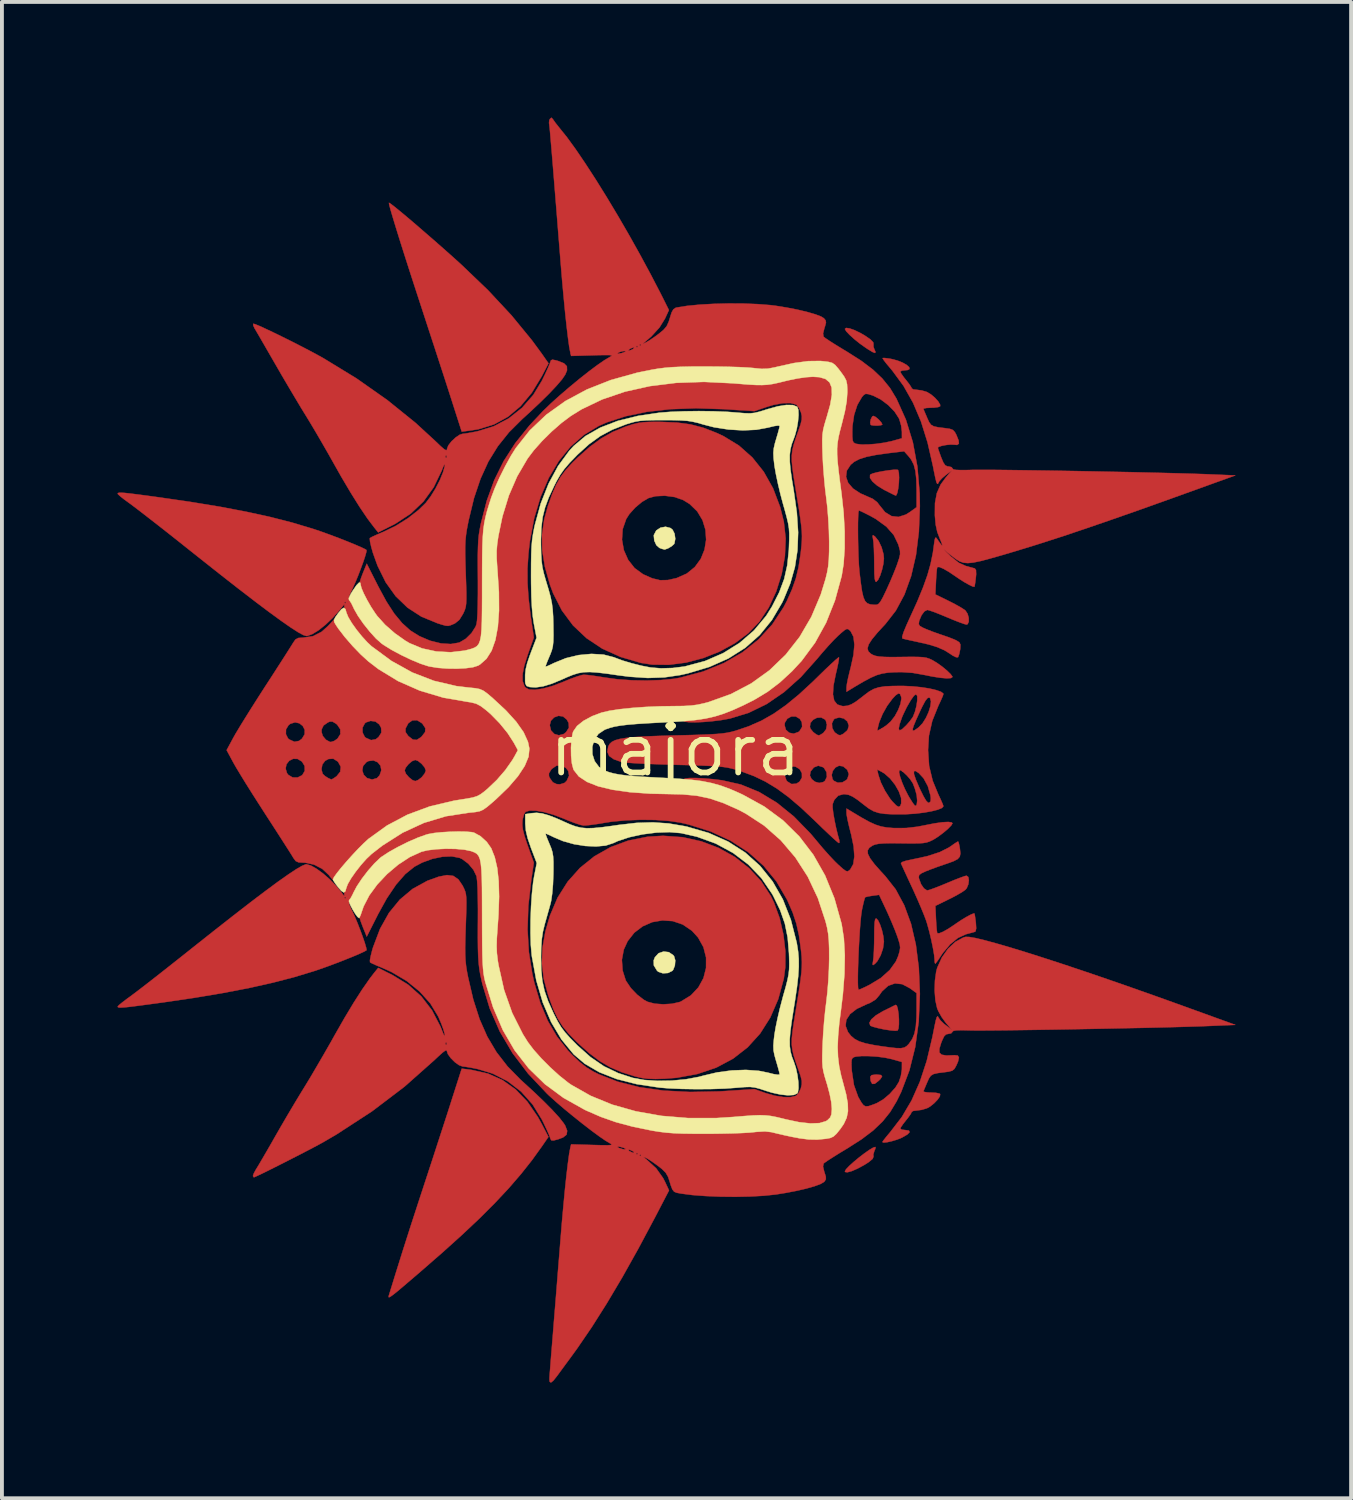
<source format=kicad_pcb>
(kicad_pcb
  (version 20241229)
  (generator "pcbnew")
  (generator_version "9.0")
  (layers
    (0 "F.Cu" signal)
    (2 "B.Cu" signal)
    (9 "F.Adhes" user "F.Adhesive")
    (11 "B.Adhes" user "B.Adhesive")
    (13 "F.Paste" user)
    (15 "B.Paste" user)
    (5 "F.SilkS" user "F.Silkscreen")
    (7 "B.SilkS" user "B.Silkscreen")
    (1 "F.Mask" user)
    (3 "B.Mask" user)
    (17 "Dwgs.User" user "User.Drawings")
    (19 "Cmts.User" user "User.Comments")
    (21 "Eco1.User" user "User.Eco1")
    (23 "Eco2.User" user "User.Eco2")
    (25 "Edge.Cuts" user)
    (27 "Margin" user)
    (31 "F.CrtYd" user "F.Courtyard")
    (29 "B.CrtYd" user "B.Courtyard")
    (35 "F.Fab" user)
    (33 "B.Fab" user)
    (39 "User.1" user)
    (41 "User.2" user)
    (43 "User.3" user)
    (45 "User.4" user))
  (footprint "majora"
    (layer "F.Cu")
    (at 14.483 16.426)
    (property "Reference" "majora" (at 0 0 0) (layer "F.SilkS") (effects (font (size 1.27 1.27) (thickness 0.15))))
    (attr through_hole)
    (fp_poly (pts (xy 5.341 8.435) (xy 5.369 8.472) (xy 5.323 8.542) (xy 5.278 8.586) (xy 5.178 8.663) (xy 5.112 8.665) (xy 5.074 8.594) (xy 5.07 8.573) (xy 5.062 8.482) (xy 5.095 8.438) (xy 5.189 8.425) (xy 5.235 8.424) (xy 5.341 8.435)) (stroke (width 0.01) (type solid)) (fill yes) (layer "F.Cu"))
    (fp_poly (pts (xy 5.201 -8.65) (xy 5.281 -8.583) (xy 5.349 -8.507) (xy 5.376 -8.453) (xy 5.34 -8.435) (xy 5.256 -8.426) (xy 5.159 -8.427) (xy 5.086 -8.439) (xy 5.072 -8.446) (xy 5.059 -8.506) (xy 5.076 -8.591) (xy 5.112 -8.661) (xy 5.141 -8.678) (xy 5.201 -8.65)) (stroke (width 0.01) (type solid)) (fill yes) (layer "F.Cu"))
    (fp_poly (pts (xy 4.526 -10.949) (xy 4.656 -10.903) (xy 4.81 -10.828) (xy 4.916 -10.767) (xy 5.066 -10.664) (xy 5.139 -10.587) (xy 5.145 -10.552) (xy 5.146 -10.47) (xy 5.168 -10.407) (xy 5.199 -10.336) (xy 5.184 -10.312) (xy 5.118 -10.338) (xy 4.993 -10.414) (xy 4.951 -10.442) (xy 4.797 -10.551) (xy 4.65 -10.669) (xy 4.525 -10.782) (xy 4.437 -10.875) (xy 4.403 -10.935) (xy 4.403 -10.936) (xy 4.436 -10.962) (xy 4.526 -10.949)) (stroke (width 0.01) (type solid)) (fill yes) (layer "F.Cu"))
    (fp_poly (pts (xy 5.198 10.306) (xy 5.193 10.351) (xy 5.168 10.407) (xy 5.141 10.5) (xy 5.146 10.553) (xy 5.124 10.61) (xy 5.025 10.694) (xy 4.906 10.77) (xy 4.732 10.864) (xy 4.583 10.929) (xy 4.47 10.96) (xy 4.41 10.953) (xy 4.403 10.936) (xy 4.433 10.882) (xy 4.515 10.796) (xy 4.632 10.69) (xy 4.768 10.577) (xy 4.909 10.469) (xy 5.037 10.379) (xy 5.137 10.32) (xy 5.193 10.303) (xy 5.198 10.306)) (stroke (width 0.01) (type solid)) (fill yes) (layer "F.Cu"))
    (fp_poly (pts (xy 5.18 -5.55) (xy 5.185 -5.546) (xy 5.278 -5.431) (xy 5.356 -5.266) (xy 5.406 -5.086) (xy 5.416 -4.974) (xy 5.402 -4.836) (xy 5.367 -4.682) (xy 5.32 -4.536) (xy 5.267 -4.424) (xy 5.219 -4.371) (xy 5.218 -4.37) (xy 5.194 -4.383) (xy 5.178 -4.448) (xy 5.168 -4.574) (xy 5.165 -4.772) (xy 5.165 -4.838) (xy 5.162 -5.048) (xy 5.156 -5.24) (xy 5.146 -5.391) (xy 5.136 -5.466) (xy 5.121 -5.559) (xy 5.133 -5.582) (xy 5.18 -5.55)) (stroke (width 0.01) (type solid)) (fill yes) (layer "F.Cu"))
    (fp_poly (pts (xy 5.218 4.37) (xy 5.266 4.422) (xy 5.318 4.533) (xy 5.366 4.678) (xy 5.401 4.832) (xy 5.416 4.971) (xy 5.416 4.974) (xy 5.393 5.146) (xy 5.333 5.325) (xy 5.248 5.477) (xy 5.185 5.546) (xy 5.135 5.581) (xy 5.121 5.562) (xy 5.135 5.476) (xy 5.136 5.466) (xy 5.148 5.366) (xy 5.157 5.205) (xy 5.163 5.007) (xy 5.165 4.838) (xy 5.167 4.62) (xy 5.175 4.475) (xy 5.189 4.395) (xy 5.21 4.369) (xy 5.218 4.37)) (stroke (width 0.01) (type solid)) (fill yes) (layer "F.Cu"))
    (fp_poly (pts (xy 5.784 -7.273) (xy 5.804 -7.197) (xy 5.81 -7.077) (xy 5.804 -6.935) (xy 5.788 -6.795) (xy 5.765 -6.681) (xy 5.737 -6.616) (xy 5.722 -6.61) (xy 5.673 -6.631) (xy 5.571 -6.682) (xy 5.435 -6.751) (xy 5.413 -6.763) (xy 5.243 -6.867) (xy 5.121 -6.972) (xy 5.055 -7.067) (xy 5.056 -7.142) (xy 5.067 -7.157) (xy 5.128 -7.184) (xy 5.243 -7.214) (xy 5.387 -7.242) (xy 5.538 -7.265) (xy 5.67 -7.28) (xy 5.76 -7.281) (xy 5.784 -7.273)) (stroke (width 0.01) (type solid)) (fill yes) (layer "F.Cu"))
    (fp_poly (pts (xy 5.752 6.636) (xy 5.777 6.72) (xy 5.796 6.844) (xy 5.806 6.984) (xy 5.806 7.119) (xy 5.795 7.225) (xy 5.772 7.279) (xy 5.716 7.286) (xy 5.6 7.277) (xy 5.448 7.255) (xy 5.419 7.25) (xy 5.261 7.216) (xy 5.136 7.183) (xy 5.066 7.156) (xy 5.062 7.152) (xy 5.039 7.08) (xy 5.09 6.989) (xy 5.207 6.887) (xy 5.383 6.782) (xy 5.404 6.771) (xy 5.546 6.701) (xy 5.658 6.645) (xy 5.718 6.615) (xy 5.722 6.614) (xy 5.752 6.636)) (stroke (width 0.01) (type solid)) (fill yes) (layer "F.Cu"))
    (fp_poly (pts (xy -5.281 8.304) (xy -4.866 8.397) (xy -4.489 8.565) (xy -4.147 8.808) (xy -3.841 9.127) (xy -3.569 9.523) (xy -3.468 9.706) (xy -3.294 10.041) (xy -3.457 10.278) (xy -3.717 10.64) (xy -4.003 11.001) (xy -4.32 11.369) (xy -4.677 11.75) (xy -5.077 12.151) (xy -5.53 12.578) (xy -6.04 13.038) (xy -6.614 13.538) (xy -6.626 13.549) (xy -6.881 13.767) (xy -7.078 13.935) (xy -7.224 14.058) (xy -7.327 14.14) (xy -7.394 14.188) (xy -7.43 14.206) (xy -7.444 14.2) (xy -7.441 14.174) (xy -7.436 14.155) (xy -7.267 13.607) (xy -7.074 12.991) (xy -6.859 12.319) (xy -6.626 11.604) (xy -6.541 11.345) (xy -6.419 10.973) (xy -6.29 10.579) (xy -6.162 10.184) (xy -6.039 9.807) (xy -5.929 9.468) (xy -5.838 9.185) (xy -5.824 9.14) (xy -5.545 8.269) (xy -5.281 8.304)) (stroke (width 0.01) (type solid)) (fill yes) (layer "F.Cu"))
    (fp_poly (pts (xy -7.398 -14.191) (xy -7.307 -14.122) (xy -7.169 -14.01) (xy -6.993 -13.864) (xy -6.788 -13.69) (xy -6.562 -13.495) (xy -6.323 -13.288) (xy -6.08 -13.075) (xy -5.841 -12.863) (xy -5.614 -12.659) (xy -5.551 -12.601) (xy -4.863 -11.942) (xy -4.253 -11.288) (xy -3.724 -10.643) (xy -3.474 -10.303) (xy -3.292 -10.043) (xy -3.467 -9.707) (xy -3.726 -9.279) (xy -4.019 -8.929) (xy -4.345 -8.655) (xy -4.707 -8.457) (xy -5.106 -8.333) (xy -5.281 -8.304) (xy -5.545 -8.269) (xy -5.824 -9.14) (xy -5.909 -9.404) (xy -6.014 -9.729) (xy -6.134 -10.097) (xy -6.262 -10.491) (xy -6.393 -10.89) (xy -6.519 -11.277) (xy -6.562 -11.409) (xy -6.736 -11.941) (xy -6.894 -12.428) (xy -7.034 -12.865) (xy -7.156 -13.25) (xy -7.257 -13.576) (xy -7.337 -13.839) (xy -7.395 -14.036) (xy -7.428 -14.162) (xy -7.435 -14.211) (xy -7.435 -14.212) (xy -7.398 -14.191)) (stroke (width 0.01) (type solid)) (fill yes) (layer "F.Cu"))
    (fp_poly (pts (xy 0.189 2.26) (xy 0.674 2.367) (xy 1.129 2.54) (xy 1.546 2.774) (xy 1.916 3.064) (xy 2.231 3.405) (xy 2.482 3.792) (xy 2.563 3.959) (xy 2.708 4.358) (xy 2.807 4.787) (xy 2.858 5.221) (xy 2.856 5.636) (xy 2.818 5.929) (xy 2.673 6.464) (xy 2.467 6.941) (xy 2.202 7.359) (xy 1.878 7.716) (xy 1.499 8.011) (xy 1.065 8.242) (xy 0.578 8.407) (xy 0.042 8.506) (xy -0.272 8.531) (xy -0.511 8.538) (xy -0.696 8.533) (xy -0.856 8.514) (xy -1.021 8.476) (xy -1.054 8.468) (xy -1.39 8.362) (xy -1.686 8.235) (xy -1.961 8.074) (xy -2.237 7.866) (xy -2.533 7.601) (xy -2.576 7.56) (xy -2.771 7.359) (xy -2.925 7.171) (xy -3.05 6.971) (xy -3.161 6.74) (xy -3.269 6.454) (xy -3.305 6.347) (xy -3.415 5.938) (xy -3.463 5.539) (xy -3.46 5.444) (xy -1.387 5.444) (xy -1.368 5.721) (xy -1.287 5.977) (xy -1.277 5.995) (xy -1.156 6.175) (xy -0.992 6.347) (xy -0.814 6.484) (xy -0.72 6.534) (xy -0.538 6.582) (xy -0.315 6.599) (xy -0.087 6.585) (xy 0.107 6.541) (xy 0.148 6.525) (xy 0.404 6.367) (xy 0.599 6.16) (xy 0.731 5.919) (xy 0.798 5.656) (xy 0.799 5.384) (xy 0.731 5.117) (xy 0.592 4.866) (xy 0.432 4.69) (xy 0.195 4.528) (xy -0.065 4.439) (xy -0.334 4.42) (xy -0.6 4.466) (xy -0.847 4.574) (xy -1.065 4.74) (xy -1.238 4.96) (xy -1.338 5.18) (xy -1.387 5.444) (xy -3.46 5.444) (xy -3.449 5.133) (xy -3.372 4.703) (xy -3.255 4.297) (xy -3.057 3.831) (xy -2.795 3.416) (xy -2.474 3.056) (xy -2.1 2.755) (xy -1.679 2.517) (xy -1.217 2.347) (xy -0.72 2.248) (xy -0.318 2.224) (xy 0.189 2.26)) (stroke (width 0.01) (type solid)) (fill yes) (layer "F.Cu"))
    (fp_poly (pts (xy -0.36 -8.522) (xy 0.043 -8.505) (xy 0.393 -8.458) (xy 0.72 -8.373) (xy 1.054 -8.244) (xy 1.256 -8.15) (xy 1.652 -7.908) (xy 2 -7.599) (xy 2.296 -7.228) (xy 2.538 -6.798) (xy 2.722 -6.313) (xy 2.818 -5.929) (xy 2.866 -5.496) (xy 2.846 -5.038) (xy 2.763 -4.574) (xy 2.621 -4.122) (xy 2.426 -3.702) (xy 2.181 -3.333) (xy 2.18 -3.332) (xy 1.896 -3.036) (xy 1.548 -2.777) (xy 1.152 -2.56) (xy 0.724 -2.39) (xy 0.279 -2.273) (xy -0.167 -2.215) (xy -0.6 -2.22) (xy -0.889 -2.264) (xy -1.422 -2.42) (xy -1.895 -2.634) (xy -2.306 -2.907) (xy -2.656 -3.238) (xy -2.945 -3.627) (xy -3.172 -4.073) (xy -3.255 -4.297) (xy -3.386 -4.762) (xy -3.455 -5.187) (xy -3.459 -5.463) (xy -1.384 -5.463) (xy -1.336 -5.192) (xy -1.225 -4.941) (xy -1.058 -4.728) (xy -0.84 -4.569) (xy -0.832 -4.564) (xy -0.599 -4.461) (xy -0.397 -4.412) (xy -0.196 -4.416) (xy 0.033 -4.467) (xy 0.037 -4.469) (xy 0.299 -4.585) (xy 0.508 -4.756) (xy 0.662 -4.967) (xy 0.759 -5.207) (xy 0.8 -5.462) (xy 0.783 -5.721) (xy 0.707 -5.97) (xy 0.571 -6.197) (xy 0.374 -6.389) (xy 0.202 -6.495) (xy -0.021 -6.572) (xy -0.272 -6.605) (xy -0.517 -6.593) (xy -0.695 -6.545) (xy -0.865 -6.445) (xy -1.041 -6.298) (xy -1.193 -6.129) (xy -1.275 -6.001) (xy -1.366 -5.738) (xy -1.384 -5.463) (xy -3.459 -5.463) (xy -3.461 -5.591) (xy -3.404 -5.99) (xy -3.305 -6.347) (xy -3.198 -6.647) (xy -3.095 -6.887) (xy -2.982 -7.088) (xy -2.846 -7.272) (xy -2.673 -7.461) (xy -2.53 -7.601) (xy -2.218 -7.878) (xy -1.923 -8.094) (xy -1.624 -8.262) (xy -1.3 -8.396) (xy -1.249 -8.414) (xy -1.097 -8.462) (xy -0.965 -8.494) (xy -0.829 -8.513) (xy -0.666 -8.522) (xy -0.45 -8.523) (xy -0.36 -8.522)) (stroke (width 0.01) (type solid)) (fill yes) (layer "F.Cu"))
    (fp_poly (pts (xy 7.359 2.408) (xy 7.38 2.504) (xy 7.39 2.568) (xy 7.402 2.683) (xy 7.386 2.765) (xy 7.331 2.828) (xy 7.224 2.884) (xy 7.051 2.947) (xy 6.989 2.967) (xy 6.808 3.03) (xy 6.623 3.098) (xy 6.506 3.144) (xy 6.387 3.199) (xy 6.331 3.244) (xy 6.321 3.298) (xy 6.329 3.34) (xy 6.381 3.481) (xy 6.454 3.588) (xy 6.531 3.639) (xy 6.544 3.641) (xy 6.608 3.625) (xy 6.73 3.581) (xy 6.893 3.518) (xy 7.055 3.45) (xy 7.238 3.374) (xy 7.396 3.313) (xy 7.51 3.272) (xy 7.561 3.26) (xy 7.607 3.294) (xy 7.622 3.378) (xy 7.608 3.483) (xy 7.567 3.582) (xy 7.533 3.624) (xy 7.456 3.678) (xy 7.326 3.755) (xy 7.165 3.841) (xy 7.099 3.873) (xy 6.752 4.043) (xy 6.768 4.381) (xy 6.777 4.544) (xy 6.788 4.673) (xy 6.799 4.745) (xy 6.802 4.752) (xy 6.85 4.756) (xy 6.952 4.715) (xy 7.094 4.634) (xy 7.263 4.522) (xy 7.281 4.508) (xy 7.418 4.416) (xy 7.554 4.333) (xy 7.67 4.271) (xy 7.747 4.24) (xy 7.766 4.241) (xy 7.777 4.287) (xy 7.792 4.391) (xy 7.803 4.479) (xy 7.812 4.627) (xy 7.796 4.703) (xy 7.777 4.717) (xy 7.707 4.737) (xy 7.591 4.768) (xy 7.543 4.781) (xy 7.339 4.875) (xy 7.136 5.041) (xy 6.947 5.265) (xy 6.899 5.336) (xy 6.825 5.448) (xy 6.769 5.524) (xy 6.748 5.546) (xy 6.735 5.509) (xy 6.731 5.438) (xy 6.72 5.315) (xy 6.689 5.135) (xy 6.645 4.923) (xy 6.593 4.705) (xy 6.538 4.506) (xy 6.512 4.424) (xy 6.463 4.293) (xy 6.387 4.107) (xy 6.293 3.888) (xy 6.19 3.657) (xy 6.153 3.577) (xy 6.056 3.369) (xy 5.972 3.187) (xy 5.907 3.045) (xy 5.867 2.958) (xy 5.858 2.939) (xy 5.886 2.907) (xy 5.988 2.872) (xy 6.147 2.838) (xy 6.541 2.753) (xy 6.862 2.649) (xy 7.103 2.528) (xy 7.147 2.498) (xy 7.25 2.426) (xy 7.323 2.38) (xy 7.342 2.371) (xy 7.359 2.408)) (stroke (width 0.01) (type solid)) (fill yes) (layer "F.Cu"))
    (fp_poly (pts (xy 7.628 4.85) (xy 7.796 4.879) (xy 8.033 4.936) (xy 8.334 5.018) (xy 8.696 5.123) (xy 9.113 5.251) (xy 9.579 5.399) (xy 10.091 5.566) (xy 10.644 5.751) (xy 11.232 5.952) (xy 11.85 6.167) (xy 12.495 6.395) (xy 12.975 6.567) (xy 14.541 7.133) (xy 13.843 7.162) (xy 13.613 7.171) (xy 13.32 7.18) (xy 12.973 7.19) (xy 12.582 7.2) (xy 12.156 7.21) (xy 11.703 7.219) (xy 11.234 7.229) (xy 10.758 7.238) (xy 10.283 7.247) (xy 9.82 7.255) (xy 9.376 7.262) (xy 8.962 7.268) (xy 8.586 7.273) (xy 8.258 7.276) (xy 7.987 7.278) (xy 7.782 7.278) (xy 7.652 7.276) (xy 7.652 7.276) (xy 7.439 7.271) (xy 7.299 7.275) (xy 7.222 7.288) (xy 7.197 7.311) (xy 7.197 7.313) (xy 7.161 7.353) (xy 7.094 7.366) (xy 7.03 7.379) (xy 6.98 7.429) (xy 6.929 7.535) (xy 6.901 7.606) (xy 6.856 7.754) (xy 6.857 7.852) (xy 6.915 7.908) (xy 7.037 7.928) (xy 7.232 7.921) (xy 7.25 7.92) (xy 7.334 7.929) (xy 7.364 7.981) (xy 7.341 8.085) (xy 7.296 8.188) (xy 7.248 8.274) (xy 7.19 8.322) (xy 7.095 8.348) (xy 6.989 8.362) (xy 6.815 8.384) (xy 6.704 8.41) (xy 6.635 8.452) (xy 6.586 8.522) (xy 6.54 8.624) (xy 6.489 8.744) (xy 6.452 8.832) (xy 6.442 8.857) (xy 6.471 8.876) (xy 6.562 8.888) (xy 6.64 8.89) (xy 6.767 8.897) (xy 6.855 8.915) (xy 6.877 8.929) (xy 6.869 8.988) (xy 6.81 9.075) (xy 6.718 9.17) (xy 6.613 9.254) (xy 6.533 9.298) (xy 6.397 9.339) (xy 6.267 9.356) (xy 6.177 9.367) (xy 6.138 9.393) (xy 6.138 9.394) (xy 6.113 9.446) (xy 6.048 9.537) (xy 5.99 9.61) (xy 5.908 9.715) (xy 5.854 9.796) (xy 5.842 9.825) (xy 5.879 9.852) (xy 5.968 9.864) (xy 5.973 9.864) (xy 6.066 9.878) (xy 6.083 9.918) (xy 6.026 9.978) (xy 5.897 10.053) (xy 5.882 10.061) (xy 5.76 10.111) (xy 5.624 10.152) (xy 5.5 10.18) (xy 5.41 10.189) (xy 5.376 10.175) (xy 5.402 10.135) (xy 5.47 10.048) (xy 5.566 9.933) (xy 5.583 9.913) (xy 5.882 9.523) (xy 6.136 9.092) (xy 6.349 8.611) (xy 6.527 8.07) (xy 6.672 7.46) (xy 6.69 7.372) (xy 6.733 7.155) (xy 6.764 7.012) (xy 6.789 6.933) (xy 6.809 6.909) (xy 6.828 6.929) (xy 6.84 6.956) (xy 6.888 7.021) (xy 6.978 7.107) (xy 7.02 7.14) (xy 7.176 7.258) (xy 7.019 7.074) (xy 6.915 6.93) (xy 6.827 6.771) (xy 6.797 6.697) (xy 6.752 6.493) (xy 6.733 6.243) (xy 6.741 5.983) (xy 6.774 5.747) (xy 6.801 5.648) (xy 6.921 5.382) (xy 7.082 5.153) (xy 7.273 4.976) (xy 7.478 4.865) (xy 7.535 4.848) (xy 7.628 4.85)) (stroke (width 0.01) (type solid)) (fill yes) (layer "F.Cu"))
    (fp_poly (pts (xy -5.763 3.265) (xy -5.632 3.356) (xy -5.521 3.52) (xy -5.516 3.53) (xy -5.481 3.602) (xy -5.455 3.667) (xy -5.437 3.739) (xy -5.427 3.831) (xy -5.424 3.956) (xy -5.426 4.128) (xy -5.433 4.361) (xy -5.441 4.589) (xy -5.451 4.89) (xy -5.456 5.125) (xy -5.454 5.311) (xy -5.446 5.466) (xy -5.431 5.609) (xy -5.407 5.758) (xy -5.38 5.897) (xy -5.245 6.476) (xy -5.081 6.986) (xy -4.882 7.437) (xy -4.642 7.842) (xy -4.356 8.211) (xy -4.016 8.557) (xy -3.969 8.6) (xy -3.67 8.874) (xy -3.406 9.127) (xy -3.185 9.351) (xy -3.012 9.541) (xy -2.896 9.689) (xy -2.858 9.749) (xy -2.807 9.884) (xy -2.823 9.983) (xy -2.914 10.056) (xy -3.046 10.105) (xy -3.158 10.134) (xy -3.215 10.132) (xy -3.241 10.095) (xy -3.25 10.063) (xy -3.279 9.986) (xy -3.337 9.855) (xy -3.414 9.692) (xy -3.464 9.591) (xy -3.705 9.199) (xy -4.002 8.866) (xy -4.351 8.597) (xy -4.743 8.397) (xy -5.144 8.276) (xy -5.304 8.245) (xy -5.44 8.222) (xy -5.524 8.212) (xy -5.524 8.212) (xy -5.615 8.179) (xy -5.725 8.1) (xy -5.829 7.996) (xy -5.904 7.893) (xy -5.927 7.824) (xy -5.937 7.793) (xy -5.973 7.801) (xy -6.045 7.854) (xy -6.161 7.959) (xy -6.255 8.048) (xy -7.031 8.737) (xy -7.878 9.38) (xy -8.793 9.975) (xy -9.123 10.168) (xy -9.246 10.236) (xy -9.415 10.326) (xy -9.618 10.432) (xy -9.843 10.548) (xy -10.076 10.667) (xy -10.304 10.783) (xy -10.516 10.889) (xy -10.698 10.979) (xy -10.838 11.046) (xy -10.924 11.085) (xy -10.943 11.091) (xy -10.964 11.059) (xy -10.964 11.048) (xy -10.943 10.988) (xy -10.89 10.89) (xy -10.863 10.847) (xy -10.809 10.758) (xy -10.723 10.611) (xy -10.613 10.422) (xy -10.489 10.207) (xy -10.39 10.033) (xy -10.231 9.756) (xy -10.049 9.445) (xy -9.863 9.132) (xy -9.692 8.85) (xy -9.638 8.763) (xy -9.489 8.518) (xy -9.316 8.224) (xy -9.133 7.91) (xy -8.967 7.62) (xy -5.969 7.62) (xy -5.954 7.655) (xy -5.941 7.648) (xy -5.936 7.598) (xy -5.941 7.592) (xy -5.966 7.598) (xy -5.969 7.62) (xy -8.967 7.62) (xy -8.956 7.602) (xy -8.836 7.387) (xy -8.587 6.951) (xy -8.349 6.555) (xy -8.128 6.211) (xy -7.93 5.927) (xy -7.816 5.779) (xy -7.714 5.653) (xy -7.339 5.842) (xy -6.935 6.09) (xy -6.595 6.393) (xy -6.317 6.754) (xy -6.099 7.173) (xy -6.066 7.255) (xy -6.015 7.38) (xy -5.989 7.428) (xy -5.985 7.401) (xy -5.989 7.366) (xy -6.019 7.256) (xy -6.076 7.101) (xy -6.148 6.932) (xy -6.16 6.907) (xy -6.362 6.574) (xy -6.638 6.266) (xy -6.976 5.992) (xy -7.368 5.76) (xy -7.629 5.643) (xy -7.769 5.585) (xy -7.876 5.536) (xy -7.926 5.508) (xy -7.929 5.457) (xy -7.908 5.346) (xy -7.87 5.195) (xy -7.848 5.121) (xy -7.666 4.639) (xy -7.434 4.225) (xy -7.152 3.88) (xy -6.82 3.602) (xy -6.438 3.392) (xy -6.141 3.285) (xy -5.928 3.244) (xy -5.763 3.265)) (stroke (width 0.01) (type solid)) (fill yes) (layer "F.Cu"))
    (fp_poly (pts (xy -10.913 -11.06) (xy -10.806 -11.017) (xy -10.648 -10.945) (xy -10.451 -10.852) (xy -10.227 -10.743) (xy -9.987 -10.624) (xy -9.744 -10.5) (xy -9.51 -10.379) (xy -9.297 -10.265) (xy -9.123 -10.168) (xy -8.274 -9.649) (xy -7.479 -9.09) (xy -6.749 -8.501) (xy -6.234 -8.028) (xy -6.094 -7.894) (xy -6.003 -7.815) (xy -5.951 -7.786) (xy -5.929 -7.798) (xy -5.927 -7.822) (xy -5.894 -7.91) (xy -5.812 -8.016) (xy -5.704 -8.117) (xy -5.596 -8.19) (xy -5.524 -8.212) (xy -5.442 -8.222) (xy -5.306 -8.245) (xy -5.145 -8.276) (xy -5.144 -8.276) (xy -4.715 -8.408) (xy -4.325 -8.613) (xy -3.98 -8.887) (xy -3.686 -9.225) (xy -3.464 -9.591) (xy -3.38 -9.763) (xy -3.31 -9.915) (xy -3.263 -10.026) (xy -3.25 -10.063) (xy -3.229 -10.12) (xy -3.19 -10.138) (xy -3.106 -10.122) (xy -3.046 -10.105) (xy -2.891 -10.044) (xy -2.815 -9.967) (xy -2.811 -9.862) (xy -2.858 -9.749) (xy -2.941 -9.627) (xy -3.084 -9.46) (xy -3.279 -9.253) (xy -3.521 -9.015) (xy -3.801 -8.752) (xy -3.969 -8.6) (xy -4.315 -8.256) (xy -4.608 -7.89) (xy -4.854 -7.491) (xy -5.057 -7.046) (xy -5.226 -6.545) (xy -5.364 -5.975) (xy -5.38 -5.897) (xy -5.412 -5.73) (xy -5.434 -5.583) (xy -5.448 -5.439) (xy -5.455 -5.279) (xy -5.455 -5.085) (xy -5.449 -4.839) (xy -5.441 -4.591) (xy -5.431 -4.303) (xy -5.425 -4.085) (xy -5.425 -3.924) (xy -5.43 -3.807) (xy -5.441 -3.721) (xy -5.461 -3.651) (xy -5.489 -3.584) (xy -5.51 -3.54) (xy -5.606 -3.385) (xy -5.718 -3.293) (xy -5.752 -3.277) (xy -5.836 -3.242) (xy -5.897 -3.226) (xy -5.961 -3.231) (xy -6.056 -3.257) (xy -6.182 -3.297) (xy -6.594 -3.467) (xy -6.952 -3.699) (xy -7.26 -3.996) (xy -7.519 -4.358) (xy -7.732 -4.79) (xy -7.85 -5.119) (xy -7.896 -5.281) (xy -7.925 -5.412) (xy -7.933 -5.492) (xy -7.928 -5.506) (xy -7.876 -5.536) (xy -7.766 -5.587) (xy -7.619 -5.651) (xy -7.57 -5.671) (xy -7.254 -5.825) (xy -6.943 -6.02) (xy -6.665 -6.237) (xy -6.478 -6.42) (xy -6.351 -6.588) (xy -6.224 -6.795) (xy -6.111 -7.015) (xy -6.028 -7.221) (xy -5.989 -7.366) (xy -5.984 -7.425) (xy -6.001 -7.41) (xy -6.04 -7.32) (xy -6.066 -7.255) (xy -6.273 -6.825) (xy -6.54 -6.454) (xy -6.869 -6.141) (xy -7.261 -5.883) (xy -7.339 -5.842) (xy -7.714 -5.653) (xy -7.816 -5.779) (xy -7.996 -6.018) (xy -8.203 -6.325) (xy -8.431 -6.69) (xy -8.675 -7.102) (xy -8.838 -7.391) (xy -8.967 -7.62) (xy -5.969 -7.62) (xy -5.954 -7.585) (xy -5.941 -7.592) (xy -5.936 -7.642) (xy -5.941 -7.648) (xy -5.966 -7.642) (xy -5.969 -7.62) (xy -8.967 -7.62) (xy -8.993 -7.667) (xy -9.162 -7.961) (xy -9.329 -8.248) (xy -9.482 -8.505) (xy -9.59 -8.682) (xy -9.715 -8.885) (xy -9.868 -9.141) (xy -10.038 -9.427) (xy -10.212 -9.723) (xy -10.376 -10.007) (xy -10.391 -10.033) (xy -10.532 -10.277) (xy -10.661 -10.501) (xy -10.772 -10.693) (xy -10.858 -10.841) (xy -10.912 -10.933) (xy -10.924 -10.952) (xy -10.959 -11.03) (xy -10.957 -11.071) (xy -10.913 -11.06)) (stroke (width 0.01) (type solid)) (fill yes) (layer "F.Cu"))
    (fp_poly (pts (xy 5.531 -10.169) (xy 5.605 -10.157) (xy 5.764 -10.116) (xy 5.902 -10.061) (xy 6.008 -10.001) (xy 6.071 -9.943) (xy 6.082 -9.896) (xy 6.03 -9.868) (xy 5.973 -9.864) (xy 5.882 -9.853) (xy 5.842 -9.827) (xy 5.842 -9.825) (xy 5.867 -9.774) (xy 5.932 -9.682) (xy 5.99 -9.61) (xy 6.073 -9.504) (xy 6.126 -9.423) (xy 6.138 -9.394) (xy 6.175 -9.367) (xy 6.264 -9.356) (xy 6.267 -9.356) (xy 6.399 -9.339) (xy 6.533 -9.298) (xy 6.636 -9.237) (xy 6.74 -9.149) (xy 6.826 -9.054) (xy 6.875 -8.972) (xy 6.877 -8.929) (xy 6.824 -8.906) (xy 6.716 -8.892) (xy 6.64 -8.89) (xy 6.522 -8.884) (xy 6.452 -8.869) (xy 6.442 -8.857) (xy 6.465 -8.801) (xy 6.51 -8.696) (xy 6.54 -8.624) (xy 6.59 -8.515) (xy 6.64 -8.447) (xy 6.711 -8.407) (xy 6.826 -8.382) (xy 6.989 -8.362) (xy 7.127 -8.342) (xy 7.209 -8.311) (xy 7.261 -8.253) (xy 7.296 -8.188) (xy 7.355 -8.042) (xy 7.363 -7.957) (xy 7.316 -7.924) (xy 7.244 -7.93) (xy 7.151 -7.934) (xy 7.033 -7.923) (xy 6.918 -7.901) (xy 6.837 -7.873) (xy 6.816 -7.852) (xy 6.829 -7.807) (xy 6.865 -7.705) (xy 6.903 -7.6) (xy 6.96 -7.465) (xy 7.009 -7.394) (xy 7.066 -7.368) (xy 7.094 -7.366) (xy 7.172 -7.347) (xy 7.197 -7.313) (xy 7.218 -7.29) (xy 7.289 -7.276) (xy 7.42 -7.271) (xy 7.622 -7.273) (xy 7.694 -7.276) (xy 7.832 -7.277) (xy 8.046 -7.277) (xy 8.325 -7.276) (xy 8.661 -7.272) (xy 9.044 -7.267) (xy 9.465 -7.261) (xy 9.914 -7.254) (xy 10.382 -7.246) (xy 10.86 -7.237) (xy 11.338 -7.227) (xy 11.807 -7.218) (xy 12.257 -7.207) (xy 12.68 -7.197) (xy 13.065 -7.187) (xy 13.404 -7.177) (xy 13.687 -7.168) (xy 13.822 -7.163) (xy 14.541 -7.133) (xy 12.912 -6.546) (xy 12.076 -6.247) (xy 11.311 -5.979) (xy 10.613 -5.739) (xy 9.973 -5.525) (xy 9.385 -5.336) (xy 8.844 -5.17) (xy 8.467 -5.058) (xy 8.16 -4.971) (xy 7.921 -4.908) (xy 7.737 -4.87) (xy 7.594 -4.856) (xy 7.479 -4.867) (xy 7.379 -4.902) (xy 7.281 -4.963) (xy 7.171 -5.048) (xy 7.152 -5.063) (xy 6.964 -5.217) (xy 7.159 -5.025) (xy 7.359 -4.865) (xy 7.54 -4.782) (xy 7.664 -4.748) (xy 7.757 -4.723) (xy 7.777 -4.717) (xy 7.807 -4.675) (xy 7.811 -4.567) (xy 7.803 -4.479) (xy 7.787 -4.351) (xy 7.773 -4.264) (xy 7.766 -4.241) (xy 7.722 -4.248) (xy 7.627 -4.293) (xy 7.501 -4.364) (xy 7.363 -4.452) (xy 7.281 -4.508) (xy 7.11 -4.624) (xy 6.965 -4.708) (xy 6.858 -4.754) (xy 6.804 -4.754) (xy 6.802 -4.752) (xy 6.791 -4.697) (xy 6.78 -4.581) (xy 6.77 -4.425) (xy 6.768 -4.381) (xy 6.752 -4.043) (xy 7.099 -3.873) (xy 7.265 -3.788) (xy 7.41 -3.707) (xy 7.511 -3.642) (xy 7.533 -3.624) (xy 7.588 -3.541) (xy 7.618 -3.435) (xy 7.619 -3.336) (xy 7.59 -3.271) (xy 7.561 -3.26) (xy 7.5 -3.276) (xy 7.379 -3.319) (xy 7.218 -3.382) (xy 7.055 -3.45) (xy 6.872 -3.526) (xy 6.713 -3.588) (xy 6.596 -3.628) (xy 6.544 -3.641) (xy 6.468 -3.603) (xy 6.394 -3.504) (xy 6.336 -3.368) (xy 6.329 -3.34) (xy 6.321 -3.272) (xy 6.349 -3.224) (xy 6.43 -3.178) (xy 6.506 -3.144) (xy 6.671 -3.079) (xy 6.859 -3.012) (xy 6.943 -2.984) (xy 7.096 -2.931) (xy 7.236 -2.876) (xy 7.297 -2.848) (xy 7.374 -2.8) (xy 7.403 -2.74) (xy 7.398 -2.635) (xy 7.396 -2.616) (xy 7.373 -2.499) (xy 7.345 -2.421) (xy 7.338 -2.41) (xy 7.287 -2.413) (xy 7.196 -2.459) (xy 7.138 -2.499) (xy 6.988 -2.593) (xy 6.806 -2.673) (xy 6.573 -2.745) (xy 6.273 -2.813) (xy 6.265 -2.815) (xy 6.106 -2.849) (xy 5.977 -2.878) (xy 5.902 -2.897) (xy 5.897 -2.898) (xy 5.89 -2.944) (xy 5.926 -3.061) (xy 6.005 -3.251) (xy 6.09 -3.438) (xy 6.281 -3.858) (xy 6.431 -4.222) (xy 6.546 -4.544) (xy 6.629 -4.84) (xy 6.687 -5.123) (xy 6.713 -5.312) (xy 6.732 -5.448) (xy 6.749 -5.512) (xy 6.771 -5.517) (xy 6.799 -5.481) (xy 6.884 -5.359) (xy 6.927 -5.31) (xy 6.93 -5.335) (xy 6.892 -5.434) (xy 6.871 -5.482) (xy 6.802 -5.663) (xy 6.761 -5.85) (xy 6.74 -6.082) (xy 6.739 -6.102) (xy 6.742 -6.414) (xy 6.79 -6.672) (xy 6.889 -6.895) (xy 7.018 -7.073) (xy 7.176 -7.258) (xy 7.02 -7.14) (xy 6.921 -7.055) (xy 6.852 -6.978) (xy 6.84 -6.956) (xy 6.819 -6.915) (xy 6.8 -6.914) (xy 6.778 -6.962) (xy 6.751 -7.07) (xy 6.714 -7.247) (xy 6.69 -7.372) (xy 6.549 -7.989) (xy 6.378 -8.535) (xy 6.172 -9.02) (xy 5.926 -9.456) (xy 5.636 -9.851) (xy 5.579 -9.919) (xy 5.48 -10.037) (xy 5.41 -10.128) (xy 5.382 -10.177) (xy 5.382 -10.18) (xy 5.429 -10.182) (xy 5.531 -10.169)) (stroke (width 0.01) (type solid)) (fill yes) (layer "F.Cu"))
    (fp_poly (pts (xy -8.669 -3.126) (xy -8.516 -2.933) (xy -8.319 -2.718) (xy -8.099 -2.499) (xy -7.876 -2.297) (xy -7.672 -2.131) (xy -7.567 -2.058) (xy -7.009 -1.751) (xy -6.416 -1.519) (xy -5.785 -1.362) (xy -5.609 -1.333) (xy -5.409 -1.298) (xy -5.231 -1.259) (xy -5.097 -1.22) (xy -5.038 -1.195) (xy -4.89 -1.084) (xy -4.727 -0.932) (xy -4.559 -0.754) (xy -4.398 -0.565) (xy -4.257 -0.378) (xy -4.147 -0.209) (xy -4.079 -0.071) (xy -4.064 0) (xy -4.094 0.106) (xy -4.174 0.254) (xy -4.295 0.43) (xy -4.443 0.619) (xy -4.606 0.807) (xy -4.774 0.979) (xy -4.934 1.12) (xy -5.038 1.195) (xy -5.122 1.229) (xy -5.268 1.268) (xy -5.454 1.307) (xy -5.609 1.334) (xy -6.189 1.452) (xy -6.72 1.623) (xy -7.224 1.857) (xy -7.578 2.065) (xy -7.767 2.203) (xy -7.985 2.39) (xy -8.211 2.605) (xy -8.425 2.83) (xy -8.605 3.042) (xy -8.665 3.122) (xy -8.757 3.248) (xy -8.829 3.341) (xy -8.868 3.385) (xy -8.87 3.387) (xy -8.903 3.356) (xy -8.967 3.28) (xy -8.997 3.241) (xy -9.165 3.083) (xy -9.381 2.972) (xy -9.614 2.922) (xy -9.656 2.921) (xy -9.78 2.914) (xy -9.855 2.88) (xy -9.914 2.801) (xy -9.925 2.783) (xy -9.968 2.712) (xy -10.051 2.581) (xy -10.167 2.4) (xy -10.308 2.18) (xy -10.468 1.932) (xy -10.64 1.667) (xy -10.65 1.651) (xy -10.829 1.372) (xy -11.003 1.099) (xy -11.163 0.844) (xy -11.3 0.62) (xy -11.386 0.477) (xy -10.118 0.477) (xy -10.082 0.597) (xy -10.048 0.642) (xy -9.937 0.708) (xy -9.805 0.71) (xy -9.687 0.65) (xy -9.62 0.538) (xy -9.621 0.5) (xy -9.187 0.5) (xy -9.155 0.615) (xy -9.154 0.617) (xy -9.094 0.673) (xy -9.006 0.729) (xy -8.933 0.76) (xy -8.927 0.761) (xy -8.88 0.738) (xy -8.798 0.681) (xy -8.79 0.674) (xy -8.698 0.559) (xy -8.695 0.526) (xy -8.127 0.526) (xy -8.09 0.639) (xy -8.004 0.725) (xy -7.876 0.762) (xy -7.868 0.762) (xy -7.746 0.726) (xy -7.677 0.653) (xy -7.634 0.529) (xy -7.027 0.529) (xy -6.995 0.612) (xy -6.917 0.704) (xy -6.824 0.778) (xy -6.752 0.804) (xy -6.678 0.776) (xy -6.588 0.708) (xy -6.581 0.7) (xy -6.51 0.611) (xy -6.477 0.534) (xy -6.477 0.529) (xy -6.509 0.447) (xy -6.587 0.354) (xy -6.68 0.28) (xy -6.752 0.254) (xy -6.835 0.286) (xy -6.927 0.364) (xy -7.001 0.457) (xy -7.027 0.529) (xy -7.634 0.529) (xy -7.632 0.523) (xy -7.654 0.405) (xy -7.728 0.314) (xy -7.837 0.268) (xy -7.964 0.283) (xy -8.019 0.311) (xy -8.105 0.409) (xy -8.127 0.526) (xy -8.695 0.526) (xy -8.686 0.431) (xy -8.754 0.306) (xy -8.763 0.296) (xy -8.88 0.222) (xy -9.005 0.23) (xy -9.092 0.278) (xy -9.164 0.373) (xy -9.187 0.5) (xy -9.621 0.5) (xy -9.624 0.41) (xy -9.694 0.296) (xy -9.809 0.227) (xy -9.923 0.225) (xy -10.024 0.276) (xy -10.094 0.365) (xy -10.118 0.477) (xy -11.386 0.477) (xy -11.407 0.442) (xy -11.472 0.328) (xy -11.649 0) (xy -11.472 -0.328) (xy -11.423 -0.414) (xy -10.11 -0.414) (xy -10.054 -0.303) (xy -10.024 -0.278) (xy -9.889 -0.217) (xy -9.768 -0.24) (xy -9.694 -0.296) (xy -9.624 -0.411) (xy -9.622 -0.476) (xy -9.186 -0.476) (xy -9.153 -0.368) (xy -9.071 -0.27) (xy -8.97 -0.215) (xy -8.94 -0.212) (xy -8.855 -0.239) (xy -8.769 -0.3) (xy -8.695 -0.417) (xy -8.699 -0.543) (xy -8.727 -0.585) (xy -8.12 -0.585) (xy -8.12 -0.456) (xy -8.063 -0.345) (xy -8.034 -0.32) (xy -7.899 -0.26) (xy -7.778 -0.282) (xy -7.705 -0.339) (xy -7.63 -0.456) (xy -7.637 -0.562) (xy -7.004 -0.562) (xy -7.004 -0.469) (xy -6.936 -0.371) (xy -6.926 -0.361) (xy -6.813 -0.274) (xy -6.712 -0.266) (xy -6.604 -0.336) (xy -6.581 -0.358) (xy -6.496 -0.47) (xy -6.489 -0.57) (xy -6.561 -0.68) (xy -6.584 -0.703) (xy -6.704 -0.777) (xy -6.826 -0.773) (xy -6.932 -0.699) (xy -7.004 -0.562) (xy -7.637 -0.562) (xy -7.638 -0.581) (xy -7.686 -0.668) (xy -7.784 -0.742) (xy -7.911 -0.76) (xy -8.031 -0.72) (xy -8.061 -0.695) (xy -8.12 -0.585) (xy -8.727 -0.585) (xy -8.779 -0.662) (xy -8.811 -0.688) (xy -8.9 -0.741) (xy -8.973 -0.74) (xy -9.022 -0.718) (xy -9.133 -0.64) (xy -9.18 -0.544) (xy -9.186 -0.476) (xy -9.622 -0.476) (xy -9.621 -0.527) (xy -9.672 -0.627) (xy -9.76 -0.697) (xy -9.872 -0.722) (xy -9.993 -0.685) (xy -10.04 -0.65) (xy -10.107 -0.541) (xy -10.11 -0.414) (xy -11.423 -0.414) (xy -11.401 -0.452) (xy -11.292 -0.634) (xy -11.152 -0.86) (xy -10.991 -1.117) (xy -10.817 -1.391) (xy -10.65 -1.651) (xy -10.477 -1.917) (xy -10.317 -2.166) (xy -10.174 -2.388) (xy -10.057 -2.572) (xy -9.972 -2.706) (xy -9.926 -2.781) (xy -9.925 -2.783) (xy -9.863 -2.872) (xy -9.791 -2.912) (xy -9.672 -2.921) (xy -9.663 -2.921) (xy -9.409 -2.958) (xy -9.183 -3.073) (xy -9.019 -3.221) (xy -8.86 -3.394) (xy -8.669 -3.126)) (stroke (width 0.01) (type solid)) (fill yes) (layer "F.Cu"))
    (fp_poly (pts (xy 4.248 -2.364) (xy 4.229 -2.254) (xy 4.196 -2.098) (xy 4.165 -1.968) (xy 4.106 -1.673) (xy 4.093 -1.446) (xy 4.126 -1.285) (xy 4.206 -1.185) (xy 4.334 -1.144) (xy 4.37 -1.143) (xy 4.471 -1.153) (xy 4.571 -1.189) (xy 4.691 -1.261) (xy 4.847 -1.379) (xy 4.902 -1.423) (xy 5.029 -1.519) (xy 5.15 -1.587) (xy 5.283 -1.631) (xy 5.446 -1.656) (xy 5.658 -1.666) (xy 5.927 -1.667) (xy 6.16 -1.656) (xy 6.389 -1.633) (xy 6.598 -1.6) (xy 6.773 -1.559) (xy 6.898 -1.515) (xy 6.958 -1.47) (xy 6.961 -1.457) (xy 6.943 -1.402) (xy 6.896 -1.294) (xy 6.831 -1.155) (xy 6.826 -1.143) (xy 6.671 -0.758) (xy 6.585 -0.375) (xy 6.562 0) (xy 6.59 0.411) (xy 6.682 0.794) (xy 6.826 1.143) (xy 6.891 1.283) (xy 6.94 1.395) (xy 6.961 1.455) (xy 6.961 1.457) (xy 6.924 1.501) (xy 6.818 1.545) (xy 6.657 1.586) (xy 6.456 1.622) (xy 6.232 1.649) (xy 5.999 1.664) (xy 5.927 1.666) (xy 5.651 1.666) (xy 5.441 1.655) (xy 5.279 1.63) (xy 5.146 1.585) (xy 5.025 1.516) (xy 4.902 1.423) (xy 4.732 1.29) (xy 4.604 1.206) (xy 4.499 1.16) (xy 4.4 1.144) (xy 4.37 1.143) (xy 4.23 1.181) (xy 4.128 1.291) (xy 4.085 1.401) (xy 4.084 1.487) (xy 4.101 1.633) (xy 4.133 1.818) (xy 4.175 2.02) (xy 4.224 2.219) (xy 4.258 2.339) (xy 4.262 2.4) (xy 4.247 2.412) (xy 4.207 2.383) (xy 4.117 2.304) (xy 3.987 2.183) (xy 3.825 2.03) (xy 3.643 1.853) (xy 3.618 1.829) (xy 3.263 1.494) (xy 2.941 1.22) (xy 2.639 0.998) (xy 2.342 0.818) (xy 2.037 0.671) (xy 2.009 0.661) (xy 2.841 0.661) (xy 2.883 0.781) (xy 2.906 0.812) (xy 3.017 0.88) (xy 3.142 0.871) (xy 3.225 0.819) (xy 3.288 0.714) (xy 3.287 0.659) (xy 3.494 0.659) (xy 3.54 0.752) (xy 3.627 0.821) (xy 3.735 0.851) (xy 3.842 0.829) (xy 3.886 0.796) (xy 3.935 0.694) (xy 3.932 0.645) (xy 4.06 0.645) (xy 4.082 0.751) (xy 4.115 0.796) (xy 4.217 0.845) (xy 4.339 0.836) (xy 4.444 0.774) (xy 4.468 0.744) (xy 4.506 0.622) (xy 4.464 0.509) (xy 4.456 0.502) (xy 5.241 0.502) (xy 5.272 0.642) (xy 5.337 0.838) (xy 5.444 1.055) (xy 5.573 1.256) (xy 5.635 1.332) (xy 5.736 1.437) (xy 5.801 1.474) (xy 5.843 1.446) (xy 5.866 1.38) (xy 5.863 1.241) (xy 5.805 1.074) (xy 5.705 0.898) (xy 5.576 0.735) (xy 5.43 0.606) (xy 5.385 0.579) (xy 5.81 0.579) (xy 5.837 0.693) (xy 5.89 0.843) (xy 5.962 1.011) (xy 6.046 1.176) (xy 6.086 1.245) (xy 6.167 1.373) (xy 6.217 1.437) (xy 6.248 1.445) (xy 6.269 1.409) (xy 6.28 1.314) (xy 6.269 1.184) (xy 6.261 1.144) (xy 6.221 1.001) (xy 6.173 0.874) (xy 6.162 0.853) (xy 6.099 0.757) (xy 6.013 0.658) (xy 5.924 0.574) (xy 5.887 0.548) (xy 6.195 0.548) (xy 6.197 0.622) (xy 6.244 0.762) (xy 6.334 0.971) (xy 6.352 1.011) (xy 6.444 1.198) (xy 6.513 1.314) (xy 6.564 1.365) (xy 6.59 1.367) (xy 6.628 1.329) (xy 6.633 1.243) (xy 6.623 1.169) (xy 6.556 0.934) (xy 6.445 0.729) (xy 6.319 0.593) (xy 6.235 0.54) (xy 6.195 0.548) (xy 5.887 0.548) (xy 5.851 0.523) (xy 5.816 0.52) (xy 5.81 0.579) (xy 5.385 0.579) (xy 5.362 0.565) (xy 5.241 0.502) (xy 4.456 0.502) (xy 4.357 0.421) (xy 4.252 0.404) (xy 4.159 0.449) (xy 4.09 0.537) (xy 4.06 0.645) (xy 3.932 0.645) (xy 3.926 0.572) (xy 3.864 0.467) (xy 3.834 0.442) (xy 3.712 0.404) (xy 3.599 0.447) (xy 3.512 0.554) (xy 3.494 0.659) (xy 3.287 0.659) (xy 3.286 0.597) (xy 3.229 0.495) (xy 3.127 0.432) (xy 3.066 0.423) (xy 2.942 0.458) (xy 2.864 0.545) (xy 2.841 0.661) (xy 2.009 0.661) (xy 1.709 0.55) (xy 1.559 0.503) (xy 1.459 0.476) (xy 1.356 0.454) (xy 1.238 0.436) (xy 1.094 0.422) (xy 0.911 0.41) (xy 0.679 0.4) (xy 0.386 0.39) (xy 0.02 0.381) (xy 0 0.38) (xy -0.324 0.371) (xy -0.628 0.36) (xy -0.898 0.348) (xy -1.122 0.335) (xy -1.29 0.322) (xy -1.387 0.311) (xy -1.398 0.308) (xy -1.597 0.237) (xy -1.717 0.152) (xy -1.764 0.046) (xy -1.742 -0.088) (xy -1.739 -0.098) (xy -1.704 -0.162) (xy -1.648 -0.214) (xy -1.563 -0.257) (xy -1.441 -0.291) (xy -1.274 -0.318) (xy -1.053 -0.34) (xy -0.772 -0.357) (xy -0.421 -0.37) (xy 0 -0.382) (xy 0.369 -0.391) (xy 0.664 -0.4) (xy 0.899 -0.41) (xy 1.083 -0.421) (xy 1.229 -0.435) (xy 1.349 -0.452) (xy 1.453 -0.474) (xy 1.554 -0.501) (xy 1.566 -0.504) (xy 1.912 -0.621) (xy 1.984 -0.653) (xy 2.836 -0.653) (xy 2.871 -0.529) (xy 2.958 -0.451) (xy 3.074 -0.428) (xy 3.194 -0.47) (xy 3.225 -0.493) (xy 3.293 -0.604) (xy 3.293 -0.605) (xy 3.494 -0.605) (xy 3.511 -0.555) (xy 3.58 -0.469) (xy 3.669 -0.402) (xy 3.726 -0.382) (xy 3.774 -0.403) (xy 3.843 -0.447) (xy 3.915 -0.54) (xy 3.937 -0.661) (xy 3.927 -0.696) (xy 4.067 -0.696) (xy 4.075 -0.574) (xy 4.133 -0.469) (xy 4.158 -0.447) (xy 4.234 -0.396) (xy 4.282 -0.387) (xy 4.344 -0.415) (xy 4.362 -0.424) (xy 4.453 -0.502) (xy 5.241 -0.502) (xy 5.342 -0.554) (xy 5.8 -0.554) (xy 5.822 -0.512) (xy 5.888 -0.542) (xy 5.89 -0.544) (xy 6.161 -0.544) (xy 6.168 -0.505) (xy 6.21 -0.515) (xy 6.287 -0.568) (xy 6.324 -0.597) (xy 6.42 -0.698) (xy 6.506 -0.835) (xy 6.576 -0.987) (xy 6.622 -1.136) (xy 6.638 -1.262) (xy 6.617 -1.347) (xy 6.591 -1.367) (xy 6.548 -1.352) (xy 6.489 -1.276) (xy 6.411 -1.13) (xy 6.36 -1.023) (xy 6.257 -0.797) (xy 6.191 -0.639) (xy 6.161 -0.544) (xy 5.89 -0.544) (xy 5.997 -0.645) (xy 5.998 -0.646) (xy 6.09 -0.752) (xy 6.161 -0.85) (xy 6.174 -0.873) (xy 6.223 -0.998) (xy 6.261 -1.147) (xy 6.282 -1.29) (xy 6.282 -1.397) (xy 6.273 -1.424) (xy 6.243 -1.447) (xy 6.198 -1.415) (xy 6.128 -1.318) (xy 6.106 -1.284) (xy 6.01 -1.118) (xy 5.92 -0.932) (xy 5.887 -0.856) (xy 5.822 -0.669) (xy 5.8 -0.554) (xy 5.342 -0.554) (xy 5.362 -0.565) (xy 5.475 -0.64) (xy 5.588 -0.739) (xy 5.596 -0.748) (xy 5.699 -0.882) (xy 5.786 -1.042) (xy 5.847 -1.203) (xy 5.87 -1.337) (xy 5.866 -1.38) (xy 5.835 -1.458) (xy 5.79 -1.472) (xy 5.718 -1.421) (xy 5.635 -1.332) (xy 5.501 -1.151) (xy 5.381 -0.937) (xy 5.295 -0.727) (xy 5.272 -0.642) (xy 5.241 -0.502) (xy 4.453 -0.502) (xy 4.471 -0.518) (xy 4.506 -0.633) (xy 4.468 -0.744) (xy 4.376 -0.822) (xy 4.255 -0.848) (xy 4.143 -0.818) (xy 4.115 -0.796) (xy 4.067 -0.696) (xy 3.927 -0.696) (xy 3.906 -0.771) (xy 3.886 -0.796) (xy 3.788 -0.848) (xy 3.678 -0.841) (xy 3.578 -0.789) (xy 3.509 -0.706) (xy 3.494 -0.605) (xy 3.293 -0.605) (xy 3.284 -0.729) (xy 3.232 -0.812) (xy 3.127 -0.875) (xy 3.01 -0.873) (xy 2.908 -0.816) (xy 2.845 -0.714) (xy 2.836 -0.653) (xy 1.984 -0.653) (xy 2.237 -0.765) (xy 2.553 -0.945) (xy 2.872 -1.168) (xy 3.208 -1.444) (xy 3.571 -1.779) (xy 3.713 -1.918) (xy 3.883 -2.084) (xy 4.032 -2.225) (xy 4.149 -2.333) (xy 4.225 -2.397) (xy 4.25 -2.411) (xy 4.248 -2.364)) (stroke (width 0.01) (type solid)) (fill yes) (layer "F.Cu"))
    (fp_poly (pts (xy 0.734 0.732) (xy 0.971 0.753) (xy 1.218 0.783) (xy 1.705 0.894) (xy 2.176 1.087) (xy 2.634 1.363) (xy 3.078 1.722) (xy 3.509 2.164) (xy 3.681 2.369) (xy 3.834 2.551) (xy 3.994 2.731) (xy 4.14 2.886) (xy 4.236 2.979) (xy 4.353 3.083) (xy 4.426 3.136) (xy 4.473 3.148) (xy 4.514 3.124) (xy 4.544 3.095) (xy 4.62 2.96) (xy 4.649 2.76) (xy 4.63 2.499) (xy 4.564 2.182) (xy 4.555 2.151) (xy 4.508 1.964) (xy 4.47 1.796) (xy 4.448 1.672) (xy 4.445 1.631) (xy 4.445 1.516) (xy 4.604 1.612) (xy 4.849 1.758) (xy 5.041 1.864) (xy 5.2 1.936) (xy 5.343 1.982) (xy 5.489 2.008) (xy 5.655 2.022) (xy 5.694 2.023) (xy 5.994 2.022) (xy 6.285 1.988) (xy 6.475 1.951) (xy 6.725 1.902) (xy 6.932 1.872) (xy 7.086 1.864) (xy 7.177 1.877) (xy 7.197 1.9) (xy 7.164 1.956) (xy 7.08 2.042) (xy 6.963 2.142) (xy 6.831 2.241) (xy 6.705 2.321) (xy 6.68 2.334) (xy 6.602 2.371) (xy 6.524 2.397) (xy 6.43 2.413) (xy 6.301 2.42) (xy 6.122 2.422) (xy 5.876 2.419) (xy 5.615 2.416) (xy 5.424 2.42) (xy 5.288 2.43) (xy 5.193 2.449) (xy 5.124 2.475) (xy 5.037 2.535) (xy 4.994 2.604) (xy 5 2.693) (xy 5.058 2.809) (xy 5.171 2.96) (xy 5.344 3.155) (xy 5.449 3.268) (xy 5.721 3.613) (xy 5.944 4.027) (xy 6.12 4.507) (xy 6.246 5.05) (xy 6.323 5.655) (xy 6.35 6.32) (xy 6.35 6.335) (xy 6.32 7.048) (xy 6.23 7.705) (xy 6.079 8.312) (xy 5.865 8.875) (xy 5.744 9.121) (xy 5.578 9.396) (xy 5.38 9.643) (xy 5.136 9.876) (xy 4.835 10.104) (xy 4.464 10.341) (xy 4.456 10.346) (xy 4.258 10.465) (xy 4.086 10.573) (xy 3.952 10.659) (xy 3.87 10.717) (xy 3.852 10.732) (xy 3.835 10.81) (xy 3.868 10.948) (xy 3.872 10.96) (xy 3.908 11.074) (xy 3.909 11.141) (xy 3.876 11.195) (xy 3.858 11.213) (xy 3.771 11.264) (xy 3.614 11.322) (xy 3.401 11.383) (xy 3.146 11.442) (xy 2.864 11.496) (xy 2.608 11.537) (xy 2.303 11.569) (xy 1.947 11.589) (xy 1.563 11.597) (xy 1.171 11.593) (xy 0.791 11.577) (xy 0.444 11.551) (xy 0.151 11.513) (xy 0.038 11.492) (xy -0.029 11.465) (xy -0.077 11.404) (xy -0.121 11.29) (xy -0.14 11.223) (xy -0.188 11.077) (xy -0.249 10.972) (xy -0.345 10.876) (xy -0.432 10.807) (xy -0.566 10.71) (xy -0.688 10.628) (xy -0.762 10.586) (xy -0.82 10.562) (xy -0.814 10.575) (xy -0.742 10.633) (xy -0.741 10.634) (xy -0.496 10.858) (xy -0.316 11.112) (xy -0.267 11.208) (xy -0.163 11.431) (xy -0.521 12.119) (xy -0.958 12.939) (xy -1.375 13.684) (xy -1.777 14.361) (xy -2.166 14.976) (xy -2.548 15.535) (xy -2.736 15.794) (xy -2.854 15.953) (xy -2.971 16.113) (xy -3.063 16.239) (xy -3.069 16.247) (xy -3.166 16.369) (xy -3.228 16.419) (xy -3.26 16.4) (xy -3.265 16.372) (xy -3.267 16.355) (xy -3.268 16.339) (xy -3.268 16.314) (xy -3.266 16.27) (xy -3.261 16.198) (xy -3.252 16.089) (xy -3.24 15.931) (xy -3.223 15.717) (xy -3.2 15.435) (xy -3.177 15.155) (xy -3.15 14.813) (xy -3.117 14.412) (xy -3.082 13.976) (xy -3.047 13.531) (xy -3.012 13.101) (xy -2.985 12.762) (xy -2.945 12.271) (xy -2.904 11.816) (xy -2.865 11.405) (xy -2.827 11.044) (xy -2.791 10.743) (xy -2.761 10.52) (xy -0.931 10.52) (xy -0.91 10.541) (xy -0.889 10.52) (xy -0.91 10.499) (xy -0.931 10.52) (xy -2.761 10.52) (xy -2.76 10.51) (xy -2.754 10.477) (xy -1.016 10.477) (xy -0.995 10.499) (xy -0.974 10.477) (xy -0.995 10.456) (xy -1.016 10.477) (xy -2.754 10.477) (xy -2.739 10.39) (xy -1.214 10.39) (xy -1.185 10.414) (xy -1.108 10.45) (xy -1.079 10.455) (xy -1.072 10.438) (xy -1.101 10.414) (xy -1.178 10.378) (xy -1.206 10.373) (xy -1.214 10.39) (xy -2.739 10.39) (xy -2.732 10.352) (xy -2.728 10.335) (xy -2.721 10.304) (xy -1.505 10.304) (xy -1.46 10.329) (xy -1.362 10.36) (xy -1.312 10.366) (xy -1.289 10.355) (xy -1.333 10.329) (xy -1.432 10.299) (xy -1.482 10.293) (xy -1.505 10.304) (xy -2.721 10.304) (xy -2.705 10.235) (xy -2.14 10.251) (xy -1.915 10.257) (xy -1.764 10.258) (xy -1.679 10.253) (xy -1.65 10.242) (xy -1.667 10.224) (xy -1.687 10.213) (xy -1.805 10.144) (xy -1.972 10.029) (xy -2.176 9.879) (xy -2.403 9.704) (xy -2.64 9.515) (xy -2.874 9.323) (xy -3.09 9.138) (xy -3.277 8.97) (xy -3.332 8.917) (xy -3.82 8.401) (xy -4.227 7.865) (xy -4.558 7.303) (xy -4.818 6.707) (xy -5.01 6.07) (xy -5.062 5.834) (xy -5.086 5.696) (xy -5.104 5.544) (xy -5.117 5.364) (xy -5.124 5.144) (xy -5.127 4.87) (xy -5.126 4.526) (xy -5.125 4.46) (xy -5.124 4.126) (xy -5.128 3.831) (xy -5.134 3.586) (xy -5.145 3.401) (xy -5.158 3.287) (xy -5.161 3.273) (xy -5.241 3.107) (xy -5.374 2.948) (xy -5.534 2.828) (xy -5.601 2.797) (xy -5.802 2.758) (xy -6.045 2.768) (xy -6.309 2.823) (xy -6.57 2.918) (xy -6.77 3.024) (xy -7.011 3.218) (xy -7.251 3.493) (xy -7.492 3.851) (xy -7.712 4.25) (xy -8.011 4.841) (xy -8.112 4.593) (xy -8.165 4.452) (xy -8.202 4.333) (xy -8.213 4.274) (xy -8.187 4.159) (xy -8.115 3.999) (xy -8.01 3.811) (xy -7.881 3.614) (xy -7.74 3.425) (xy -7.618 3.285) (xy -7.27 2.969) (xy -6.905 2.735) (xy -6.52 2.581) (xy -6.111 2.507) (xy -5.924 2.499) (xy -5.702 2.507) (xy -5.491 2.531) (xy -5.338 2.564) (xy -5.247 2.592) (xy -5.172 2.624) (xy -5.113 2.668) (xy -5.066 2.731) (xy -5.032 2.822) (xy -5.007 2.95) (xy -4.99 3.122) (xy -4.98 3.347) (xy -4.975 3.634) (xy -4.973 3.99) (xy -4.973 4.339) (xy -4.972 4.72) (xy -4.971 5.027) (xy -4.968 5.272) (xy -4.963 5.466) (xy -4.956 5.619) (xy -4.945 5.743) (xy -4.93 5.849) (xy -4.909 5.949) (xy -4.883 6.052) (xy -4.854 6.16) (xy -4.675 6.717) (xy -4.46 7.21) (xy -4.201 7.656) (xy -3.888 8.071) (xy -3.598 8.385) (xy -3.206 8.743) (xy -2.793 9.046) (xy -2.347 9.3) (xy -1.858 9.51) (xy -1.314 9.681) (xy -0.704 9.818) (xy -0.529 9.85) (xy -0.326 9.875) (xy -0.057 9.896) (xy 0.258 9.91) (xy 0.602 9.919) (xy 0.955 9.922) (xy 1.297 9.919) (xy 1.612 9.91) (xy 1.878 9.894) (xy 2.053 9.875) (xy 2.204 9.857) (xy 2.331 9.855) (xy 2.464 9.871) (xy 2.631 9.908) (xy 2.752 9.939) (xy 3.086 10.011) (xy 3.417 10.045) (xy 3.583 10.049) (xy 3.803 10.048) (xy 3.959 10.033) (xy 4.072 9.993) (xy 4.164 9.919) (xy 4.256 9.801) (xy 4.324 9.697) (xy 4.387 9.583) (xy 4.426 9.467) (xy 4.44 9.334) (xy 4.428 9.171) (xy 4.39 8.961) (xy 4.327 8.692) (xy 4.293 8.561) (xy 4.239 8.35) (xy 4.2 8.169) (xy 4.194 8.13) (xy 4.573 8.13) (xy 4.579 8.277) (xy 4.583 8.33) (xy 4.638 8.695) (xy 4.749 9.005) (xy 4.837 9.156) (xy 4.889 9.221) (xy 4.943 9.249) (xy 5.022 9.242) (xy 5.146 9.199) (xy 5.234 9.164) (xy 5.398 9.069) (xy 5.568 8.925) (xy 5.715 8.76) (xy 5.805 8.615) (xy 5.856 8.461) (xy 5.882 8.298) (xy 5.883 8.271) (xy 5.884 8.097) (xy 5.62 8.022) (xy 5.447 7.985) (xy 5.243 7.958) (xy 5.032 7.944) (xy 4.841 7.942) (xy 4.694 7.956) (xy 4.64 7.97) (xy 4.6 7.995) (xy 4.579 8.042) (xy 4.573 8.13) (xy 4.194 8.13) (xy 4.174 8.003) (xy 4.161 7.838) (xy 4.162 7.658) (xy 4.177 7.448) (xy 4.204 7.193) (xy 4.208 7.157) (xy 4.421 7.157) (xy 4.483 7.319) (xy 4.561 7.418) (xy 4.655 7.498) (xy 4.774 7.561) (xy 4.935 7.612) (xy 5.154 7.657) (xy 5.332 7.685) (xy 5.571 7.718) (xy 5.743 7.737) (xy 5.861 7.738) (xy 5.944 7.722) (xy 6.005 7.686) (xy 6.06 7.63) (xy 6.069 7.619) (xy 6.153 7.497) (xy 6.21 7.354) (xy 6.245 7.173) (xy 6.262 6.935) (xy 6.265 6.742) (xy 6.265 6.308) (xy 6.09 6.181) (xy 5.891 6.076) (xy 5.703 6.056) (xy 5.527 6.118) (xy 5.368 6.262) (xy 5.295 6.366) (xy 5.204 6.472) (xy 5.066 6.557) (xy 4.964 6.599) (xy 4.714 6.716) (xy 4.539 6.851) (xy 4.441 7) (xy 4.421 7.157) (xy 4.208 7.157) (xy 4.244 6.878) (xy 4.272 6.668) (xy 4.318 6.264) (xy 4.345 5.877) (xy 4.74 5.877) (xy 4.74 6.052) (xy 4.745 6.171) (xy 4.756 6.222) (xy 4.758 6.223) (xy 4.807 6.205) (xy 4.91 6.159) (xy 5.043 6.093) (xy 5.044 6.093) (xy 5.338 5.914) (xy 5.569 5.707) (xy 5.729 5.483) (xy 5.787 5.346) (xy 5.824 5.221) (xy 5.838 5.128) (xy 5.827 5.036) (xy 5.79 4.913) (xy 5.763 4.833) (xy 5.7 4.666) (xy 5.614 4.458) (xy 5.52 4.243) (xy 5.479 4.154) (xy 5.292 3.757) (xy 5.119 3.78) (xy 5.007 3.798) (xy 4.936 3.817) (xy 4.927 3.822) (xy 4.911 3.869) (xy 4.883 3.978) (xy 4.85 4.126) (xy 4.845 4.153) (xy 4.827 4.272) (xy 4.809 4.446) (xy 4.792 4.661) (xy 4.777 4.904) (xy 4.763 5.161) (xy 4.752 5.418) (xy 4.744 5.661) (xy 4.74 5.877) (xy 4.345 5.877) (xy 4.346 5.858) (xy 4.358 5.467) (xy 4.351 5.11) (xy 4.328 4.805) (xy 4.299 4.624) (xy 4.124 3.966) (xy 3.887 3.364) (xy 3.589 2.818) (xy 3.232 2.331) (xy 2.815 1.904) (xy 2.34 1.538) (xy 2.338 1.536) (xy 2.04 1.357) (xy 1.715 1.191) (xy 1.379 1.047) (xy 1.05 0.93) (xy 0.747 0.848) (xy 0.488 0.807) (xy 0.41 0.804) (xy 0.294 0.796) (xy 0.222 0.776) (xy 0.212 0.762) (xy 0.251 0.737) (xy 0.361 0.724) (xy 0.526 0.723) (xy 0.734 0.732)) (stroke (width 0.01) (type solid)) (fill yes) (layer "F.Cu"))
    (fp_poly (pts (xy -3.178 -16.382) (xy -3.171 -16.37) (xy -3.114 -16.289) (xy -3.031 -16.184) (xy -3.01 -16.158) (xy -2.813 -15.913) (xy -2.587 -15.602) (xy -2.336 -15.232) (xy -2.066 -14.816) (xy -1.783 -14.361) (xy -1.493 -13.878) (xy -1.202 -13.376) (xy -0.916 -12.865) (xy -0.64 -12.354) (xy -0.38 -11.853) (xy -0.32 -11.734) (xy -0.166 -11.425) (xy -0.267 -11.205) (xy -0.411 -10.973) (xy -0.624 -10.739) (xy -0.783 -10.603) (xy -0.838 -10.558) (xy -0.825 -10.557) (xy -0.762 -10.586) (xy -0.673 -10.638) (xy -0.547 -10.723) (xy -0.432 -10.807) (xy -0.303 -10.914) (xy -0.223 -11.009) (xy -0.17 -11.126) (xy -0.14 -11.223) (xy -0.095 -11.365) (xy -0.05 -11.445) (xy 0.008 -11.484) (xy 0.038 -11.492) (xy 0.299 -11.534) (xy 0.624 -11.566) (xy 0.991 -11.587) (xy 1.38 -11.597) (xy 1.771 -11.595) (xy 2.142 -11.58) (xy 2.473 -11.554) (xy 2.608 -11.537) (xy 2.903 -11.489) (xy 3.183 -11.434) (xy 3.433 -11.374) (xy 3.639 -11.314) (xy 3.787 -11.257) (xy 3.858 -11.213) (xy 3.903 -11.157) (xy 3.912 -11.098) (xy 3.886 -11.001) (xy 3.872 -10.96) (xy 3.836 -10.817) (xy 3.849 -10.735) (xy 3.852 -10.732) (xy 3.902 -10.693) (xy 4.011 -10.62) (xy 4.166 -10.522) (xy 4.352 -10.408) (xy 4.456 -10.346) (xy 4.828 -10.109) (xy 5.131 -9.88) (xy 5.375 -9.648) (xy 5.575 -9.401) (xy 5.741 -9.127) (xy 5.744 -9.121) (xy 5.988 -8.578) (xy 6.168 -7.992) (xy 6.286 -7.358) (xy 6.344 -6.672) (xy 6.35 -6.335) (xy 6.324 -5.669) (xy 6.249 -5.063) (xy 6.123 -4.518) (xy 5.949 -4.037) (xy 5.726 -3.622) (xy 5.456 -3.275) (xy 5.449 -3.268) (xy 5.247 -3.049) (xy 5.106 -2.878) (xy 5.021 -2.746) (xy 4.991 -2.645) (xy 5.01 -2.567) (xy 5.076 -2.503) (xy 5.124 -2.475) (xy 5.195 -2.448) (xy 5.291 -2.43) (xy 5.428 -2.42) (xy 5.621 -2.416) (xy 5.876 -2.419) (xy 6.122 -2.422) (xy 6.302 -2.42) (xy 6.43 -2.413) (xy 6.524 -2.397) (xy 6.602 -2.371) (xy 6.68 -2.334) (xy 6.802 -2.26) (xy 6.934 -2.165) (xy 7.056 -2.064) (xy 7.149 -1.973) (xy 7.195 -1.909) (xy 7.197 -1.9) (xy 7.158 -1.871) (xy 7.048 -1.864) (xy 6.877 -1.879) (xy 6.656 -1.914) (xy 6.475 -1.951) (xy 6.165 -2.006) (xy 5.877 -2.026) (xy 5.694 -2.023) (xy 5.521 -2.012) (xy 5.373 -1.989) (xy 5.23 -1.948) (xy 5.076 -1.881) (xy 4.892 -1.783) (xy 4.659 -1.646) (xy 4.604 -1.612) (xy 4.445 -1.516) (xy 4.445 -1.631) (xy 4.456 -1.72) (xy 4.485 -1.867) (xy 4.528 -2.047) (xy 4.555 -2.151) (xy 4.626 -2.473) (xy 4.65 -2.739) (xy 4.625 -2.945) (xy 4.552 -3.086) (xy 4.544 -3.095) (xy 4.497 -3.137) (xy 4.456 -3.148) (xy 4.401 -3.12) (xy 4.313 -3.048) (xy 4.236 -2.979) (xy 4.118 -2.863) (xy 3.969 -2.703) (xy 3.809 -2.521) (xy 3.681 -2.369) (xy 3.258 -1.895) (xy 2.822 -1.505) (xy 2.372 -1.197) (xy 1.905 -0.969) (xy 1.421 -0.821) (xy 1.185 -0.778) (xy 0.945 -0.749) (xy 0.717 -0.73) (xy 0.515 -0.722) (xy 0.354 -0.725) (xy 0.248 -0.738) (xy 0.212 -0.762) (xy 0.25 -0.787) (xy 0.346 -0.802) (xy 0.41 -0.804) (xy 0.65 -0.829) (xy 0.939 -0.897) (xy 1.261 -1.002) (xy 1.596 -1.137) (xy 1.927 -1.296) (xy 2.237 -1.471) (xy 2.338 -1.536) (xy 2.813 -1.903) (xy 3.23 -2.33) (xy 3.588 -2.816) (xy 3.886 -3.361) (xy 4.123 -3.963) (xy 4.298 -4.621) (xy 4.299 -4.624) (xy 4.336 -4.88) (xy 4.355 -5.201) (xy 4.356 -5.569) (xy 4.351 -5.709) (xy 4.742 -5.709) (xy 4.744 -5.484) (xy 4.749 -5.25) (xy 4.756 -5.024) (xy 4.766 -4.819) (xy 4.779 -4.653) (xy 4.783 -4.614) (xy 4.818 -4.33) (xy 4.849 -4.119) (xy 4.884 -3.97) (xy 4.927 -3.872) (xy 4.983 -3.814) (xy 5.057 -3.785) (xy 5.155 -3.774) (xy 5.178 -3.773) (xy 5.235 -3.776) (xy 5.282 -3.801) (xy 5.33 -3.862) (xy 5.391 -3.971) (xy 5.474 -4.144) (xy 5.481 -4.159) (xy 5.574 -4.365) (xy 5.665 -4.58) (xy 5.74 -4.769) (xy 5.763 -4.833) (xy 5.813 -4.983) (xy 5.836 -5.086) (xy 5.834 -5.175) (xy 5.807 -5.28) (xy 5.787 -5.345) (xy 5.671 -5.586) (xy 5.479 -5.803) (xy 5.208 -6) (xy 5.078 -6.073) (xy 4.938 -6.145) (xy 4.829 -6.198) (xy 4.771 -6.222) (xy 4.767 -6.223) (xy 4.755 -6.183) (xy 4.748 -6.074) (xy 4.743 -5.911) (xy 4.742 -5.709) (xy 4.351 -5.709) (xy 4.34 -5.966) (xy 4.307 -6.373) (xy 4.272 -6.668) (xy 4.225 -7.023) (xy 4.216 -7.098) (xy 4.433 -7.098) (xy 4.487 -6.941) (xy 4.612 -6.794) (xy 4.803 -6.667) (xy 4.963 -6.597) (xy 5.133 -6.521) (xy 5.245 -6.433) (xy 5.295 -6.366) (xy 5.445 -6.18) (xy 5.612 -6.077) (xy 5.794 -6.055) (xy 5.988 -6.117) (xy 6.09 -6.181) (xy 6.265 -6.308) (xy 6.265 -6.742) (xy 6.258 -7.027) (xy 6.235 -7.244) (xy 6.191 -7.412) (xy 6.123 -7.545) (xy 6.058 -7.628) (xy 5.942 -7.759) (xy 5.521 -7.709) (xy 5.205 -7.664) (xy 4.962 -7.615) (xy 4.778 -7.556) (xy 4.642 -7.485) (xy 4.552 -7.409) (xy 4.453 -7.257) (xy 4.433 -7.098) (xy 4.216 -7.098) (xy 4.19 -7.31) (xy 4.169 -7.544) (xy 4.16 -7.739) (xy 4.165 -7.911) (xy 4.183 -8.074) (xy 4.215 -8.245) (xy 4.228 -8.3) (xy 4.595 -8.3) (xy 4.596 -8.138) (xy 4.605 -8.041) (xy 4.627 -7.989) (xy 4.67 -7.962) (xy 4.699 -7.952) (xy 4.823 -7.935) (xy 5.003 -7.936) (xy 5.214 -7.952) (xy 5.43 -7.983) (xy 5.625 -8.024) (xy 5.641 -8.029) (xy 5.884 -8.097) (xy 5.883 -8.271) (xy 5.864 -8.427) (xy 5.817 -8.588) (xy 5.805 -8.616) (xy 5.693 -8.789) (xy 5.527 -8.96) (xy 5.332 -9.106) (xy 5.136 -9.204) (xy 5.131 -9.206) (xy 5.011 -9.244) (xy 4.942 -9.251) (xy 4.893 -9.222) (xy 4.844 -9.165) (xy 4.727 -8.965) (xy 4.643 -8.707) (xy 4.6 -8.417) (xy 4.595 -8.3) (xy 4.228 -8.3) (xy 4.261 -8.437) (xy 4.293 -8.561) (xy 4.368 -8.859) (xy 4.416 -9.091) (xy 4.438 -9.272) (xy 4.435 -9.416) (xy 4.406 -9.537) (xy 4.353 -9.649) (xy 4.324 -9.697) (xy 4.222 -9.849) (xy 4.133 -9.95) (xy 4.035 -10.011) (xy 3.909 -10.041) (xy 3.733 -10.05) (xy 3.583 -10.049) (xy 3.235 -10.03) (xy 2.909 -9.977) (xy 2.752 -9.939) (xy 2.552 -9.889) (xy 2.404 -9.862) (xy 2.277 -9.854) (xy 2.143 -9.863) (xy 2.053 -9.875) (xy 1.841 -9.897) (xy 1.566 -9.912) (xy 1.246 -9.92) (xy 0.901 -9.922) (xy 0.548 -9.918) (xy 0.208 -9.908) (xy -0.102 -9.893) (xy -0.362 -9.872) (xy -0.529 -9.85) (xy -1.159 -9.72) (xy -1.719 -9.559) (xy -2.222 -9.36) (xy -2.678 -9.118) (xy -3.099 -8.829) (xy -3.496 -8.485) (xy -3.598 -8.385) (xy -3.976 -7.963) (xy -4.289 -7.518) (xy -4.545 -7.035) (xy -4.754 -6.498) (xy -4.858 -6.152) (xy -4.889 -6.036) (xy -4.913 -5.934) (xy -4.932 -5.834) (xy -4.947 -5.724) (xy -4.957 -5.594) (xy -4.964 -5.433) (xy -4.968 -5.229) (xy -4.971 -4.972) (xy -4.972 -4.65) (xy -4.972 -4.339) (xy -4.973 -3.92) (xy -4.976 -3.577) (xy -4.982 -3.302) (xy -4.993 -3.087) (xy -5.011 -2.923) (xy -5.037 -2.803) (xy -5.074 -2.718) (xy -5.122 -2.659) (xy -5.185 -2.618) (xy -5.262 -2.587) (xy -5.338 -2.564) (xy -5.681 -2.502) (xy -6.054 -2.503) (xy -6.435 -2.566) (xy -6.802 -2.687) (xy -6.96 -2.762) (xy -7.197 -2.915) (xy -7.446 -3.124) (xy -7.684 -3.367) (xy -7.892 -3.622) (xy -8.047 -3.869) (xy -8.057 -3.89) (xy -8.13 -4.044) (xy -8.184 -4.176) (xy -8.211 -4.262) (xy -8.213 -4.274) (xy -8.197 -4.35) (xy -8.157 -4.474) (xy -8.112 -4.593) (xy -8.011 -4.841) (xy -7.706 -4.239) (xy -7.498 -3.855) (xy -7.297 -3.545) (xy -7.093 -3.299) (xy -6.879 -3.106) (xy -6.643 -2.959) (xy -6.378 -2.846) (xy -6.355 -2.838) (xy -6.083 -2.771) (xy -5.829 -2.755) (xy -5.617 -2.791) (xy -5.601 -2.797) (xy -5.438 -2.893) (xy -5.291 -3.039) (xy -5.185 -3.206) (xy -5.161 -3.273) (xy -5.147 -3.371) (xy -5.136 -3.542) (xy -5.129 -3.777) (xy -5.125 -4.064) (xy -5.125 -4.394) (xy -5.126 -4.46) (xy -5.128 -4.795) (xy -5.128 -5.061) (xy -5.123 -5.271) (xy -5.115 -5.441) (xy -5.101 -5.586) (xy -5.08 -5.72) (xy -5.053 -5.859) (xy -5.046 -5.892) (xy -4.894 -6.479) (xy -4.7 -7.011) (xy -4.457 -7.503) (xy -4.155 -7.971) (xy -3.786 -8.43) (xy -3.431 -8.808) (xy -3.231 -9.001) (xy -3 -9.209) (xy -2.751 -9.423) (xy -2.498 -9.632) (xy -2.253 -9.826) (xy -2.03 -9.993) (xy -1.841 -10.124) (xy -1.699 -10.208) (xy -1.692 -10.212) (xy -1.654 -10.234) (xy -1.657 -10.249) (xy -1.71 -10.257) (xy -1.823 -10.258) (xy -2.006 -10.255) (xy -2.14 -10.251) (xy -2.705 -10.235) (xy -2.721 -10.301) (xy -1.507 -10.301) (xy -1.482 -10.293) (xy -1.391 -10.309) (xy -1.333 -10.329) (xy -1.287 -10.357) (xy -1.312 -10.366) (xy -1.403 -10.349) (xy -1.46 -10.329) (xy -1.507 -10.301) (xy -2.721 -10.301) (xy -2.728 -10.335) (xy -2.737 -10.38) (xy -1.219 -10.38) (xy -1.206 -10.373) (xy -1.137 -10.394) (xy -1.101 -10.414) (xy -1.067 -10.448) (xy -1.079 -10.455) (xy -1.149 -10.434) (xy -1.185 -10.414) (xy -1.219 -10.38) (xy -2.737 -10.38) (xy -2.755 -10.477) (xy -1.016 -10.477) (xy -0.995 -10.456) (xy -0.974 -10.477) (xy -0.995 -10.499) (xy -1.016 -10.477) (xy -2.755 -10.477) (xy -2.755 -10.481) (xy -2.761 -10.52) (xy -0.931 -10.52) (xy -0.91 -10.499) (xy -0.889 -10.52) (xy -0.91 -10.541) (xy -0.931 -10.52) (xy -2.761 -10.52) (xy -2.786 -10.704) (xy -2.821 -10.996) (xy -2.859 -11.348) (xy -2.898 -11.752) (xy -2.939 -12.201) (xy -2.979 -12.687) (xy -2.985 -12.762) (xy -3.036 -13.396) (xy -3.08 -13.952) (xy -3.119 -14.433) (xy -3.152 -14.845) (xy -3.18 -15.192) (xy -3.204 -15.481) (xy -3.224 -15.716) (xy -3.24 -15.903) (xy -3.252 -16.046) (xy -3.262 -16.15) (xy -3.27 -16.22) (xy -3.275 -16.263) (xy -3.279 -16.281) (xy -3.272 -16.354) (xy -3.255 -16.387) (xy -3.217 -16.421) (xy -3.178 -16.382)) (stroke (width 0.01) (type solid)) (fill yes) (layer "F.Cu"))
    (fp_poly (pts (xy 3.738 -9.724) (xy 3.927 -9.682) (xy 4.047 -9.601) (xy 4.08 -9.544) (xy 4.107 -9.389) (xy 4.097 -9.175) (xy 4.052 -8.919) (xy 3.975 -8.64) (xy 3.922 -8.475) (xy 3.887 -8.344) (xy 3.866 -8.225) (xy 3.856 -8.095) (xy 3.857 -7.932) (xy 3.864 -7.713) (xy 3.866 -7.641) (xy 3.882 -7.364) (xy 3.905 -7.06) (xy 3.935 -6.766) (xy 3.963 -6.54) (xy 4.006 -6.162) (xy 4.031 -5.77) (xy 4.037 -5.383) (xy 4.026 -5.021) (xy 3.996 -4.703) (xy 3.948 -4.447) (xy 3.944 -4.431) (xy 3.737 -3.806) (xy 3.471 -3.241) (xy 3.147 -2.737) (xy 2.766 -2.296) (xy 2.329 -1.916) (xy 1.836 -1.601) (xy 1.289 -1.349) (xy 0.953 -1.235) (xy 0.808 -1.193) (xy 0.681 -1.161) (xy 0.556 -1.137) (xy 0.417 -1.119) (xy 0.249 -1.106) (xy 0.036 -1.096) (xy -0.238 -1.088) (xy -0.402 -1.083) (xy -0.724 -1.072) (xy -1.025 -1.057) (xy -1.29 -1.038) (xy -1.501 -1.018) (xy -1.638 -0.998) (xy -1.923 -0.921) (xy -2.187 -0.814) (xy -2.406 -0.686) (xy -2.527 -0.584) (xy -2.579 -0.526) (xy -2.613 -0.469) (xy -2.633 -0.394) (xy -2.643 -0.282) (xy -2.646 -0.115) (xy -2.646 0) (xy -2.645 0.204) (xy -2.639 0.342) (xy -2.625 0.433) (xy -2.599 0.497) (xy -2.556 0.553) (xy -2.527 0.584) (xy -2.373 0.717) (xy -2.184 0.825) (xy -1.952 0.913) (xy -1.669 0.981) (xy -1.326 1.031) (xy -0.916 1.065) (xy -0.432 1.085) (xy -0.381 1.086) (xy -0.075 1.094) (xy 0.163 1.102) (xy 0.348 1.113) (xy 0.496 1.128) (xy 0.624 1.149) (xy 0.748 1.177) (xy 0.883 1.215) (xy 0.951 1.235) (xy 1.533 1.451) (xy 2.059 1.73) (xy 2.527 2.071) (xy 2.939 2.474) (xy 3.293 2.94) (xy 3.591 3.469) (xy 3.831 4.061) (xy 3.944 4.431) (xy 3.993 4.682) (xy 4.024 4.996) (xy 4.037 5.356) (xy 4.032 5.741) (xy 4.008 6.134) (xy 3.966 6.514) (xy 3.963 6.54) (xy 3.932 6.791) (xy 3.903 7.087) (xy 3.88 7.391) (xy 3.866 7.641) (xy 3.858 7.879) (xy 3.856 8.056) (xy 3.862 8.192) (xy 3.88 8.312) (xy 3.911 8.437) (xy 3.959 8.591) (xy 3.975 8.64) (xy 4.053 8.923) (xy 4.097 9.179) (xy 4.107 9.392) (xy 4.08 9.544) (xy 3.998 9.642) (xy 3.846 9.704) (xy 3.63 9.729) (xy 3.356 9.717) (xy 3.03 9.668) (xy 2.758 9.607) (xy 2.545 9.555) (xy 2.389 9.523) (xy 2.265 9.509) (xy 2.146 9.51) (xy 2.007 9.524) (xy 1.932 9.534) (xy 1.708 9.557) (xy 1.422 9.572) (xy 1.095 9.581) (xy 0.745 9.583) (xy 0.393 9.579) (xy 0.057 9.568) (xy -0.244 9.551) (xy -0.49 9.528) (xy -0.593 9.513) (xy -1.272 9.363) (xy -1.888 9.157) (xy -2.443 8.894) (xy -2.938 8.574) (xy -3.376 8.196) (xy -3.757 7.758) (xy -3.777 7.731) (xy -4.086 7.246) (xy -4.335 6.715) (xy -4.518 6.152) (xy -4.631 5.574) (xy -4.67 4.994) (xy -4.656 4.66) (xy -4.622 4.12) (xy -4.617 3.655) (xy -4.64 3.261) (xy -4.694 2.933) (xy -4.779 2.667) (xy -4.896 2.458) (xy -5.046 2.301) (xy -5.103 2.26) (xy -5.279 2.185) (xy -5.515 2.146) (xy -5.792 2.141) (xy -6.096 2.169) (xy -6.407 2.23) (xy -6.71 2.323) (xy -6.741 2.335) (xy -6.932 2.42) (xy -7.153 2.536) (xy -7.368 2.662) (xy -7.444 2.712) (xy -7.651 2.861) (xy -7.809 3) (xy -7.946 3.156) (xy -8.032 3.272) (xy -8.141 3.434) (xy -8.238 3.59) (xy -8.306 3.713) (xy -8.319 3.742) (xy -8.375 3.848) (xy -8.433 3.915) (xy -8.445 3.922) (xy -8.472 3.949) (xy -8.465 4.008) (xy -8.419 4.117) (xy -8.385 4.184) (xy -8.323 4.318) (xy -8.253 4.485) (xy -8.182 4.667) (xy -8.116 4.846) (xy -8.062 5.004) (xy -8.027 5.125) (xy -8.015 5.19) (xy -8.017 5.195) (xy -8.077 5.23) (xy -8.2 5.287) (xy -8.374 5.361) (xy -8.581 5.444) (xy -8.807 5.532) (xy -9.037 5.618) (xy -9.255 5.695) (xy -9.38 5.737) (xy -9.894 5.893) (xy -10.454 6.038) (xy -11.069 6.176) (xy -11.746 6.306) (xy -12.491 6.431) (xy -13.314 6.552) (xy -13.39 6.562) (xy -13.722 6.607) (xy -13.979 6.641) (xy -14.171 6.665) (xy -14.306 6.679) (xy -14.396 6.684) (xy -14.448 6.682) (xy -14.472 6.672) (xy -14.477 6.657) (xy -14.444 6.62) (xy -14.357 6.548) (xy -14.232 6.453) (xy -14.166 6.406) (xy -14.063 6.329) (xy -13.902 6.207) (xy -13.695 6.047) (xy -13.45 5.856) (xy -13.178 5.642) (xy -12.887 5.412) (xy -12.587 5.174) (xy -12.569 5.159) (xy -11.995 4.704) (xy -11.484 4.303) (xy -11.036 3.956) (xy -10.871 3.831) (xy -8.594 3.831) (xy -8.572 3.852) (xy -8.551 3.831) (xy -8.572 3.81) (xy -8.594 3.831) (xy -10.871 3.831) (xy -10.648 3.662) (xy -10.321 3.42) (xy -10.053 3.231) (xy -9.843 3.092) (xy -9.691 3.004) (xy -9.595 2.965) (xy -9.578 2.963) (xy -9.465 2.994) (xy -9.315 3.079) (xy -9.143 3.204) (xy -8.967 3.358) (xy -8.802 3.528) (xy -8.709 3.641) (xy -8.595 3.789) (xy -8.594 3.643) (xy -8.565 3.517) (xy -8.485 3.351) (xy -8.366 3.161) (xy -8.217 2.964) (xy -8.111 2.844) (xy -7.87 2.619) (xy -7.568 2.392) (xy -7.228 2.176) (xy -6.87 1.985) (xy -6.784 1.948) (xy -3.972 1.948) (xy -3.956 2.071) (xy -3.916 2.227) (xy -3.847 2.436) (xy -3.832 2.478) (xy -3.673 2.923) (xy -3.74 3.377) (xy -3.816 4.041) (xy -3.836 4.657) (xy -3.802 5.242) (xy -3.712 5.811) (xy -3.659 6.045) (xy -3.503 6.571) (xy -3.31 7.03) (xy -3.074 7.434) (xy -2.789 7.796) (xy -2.67 7.921) (xy -2.48 8.101) (xy -2.308 8.236) (xy -2.123 8.348) (xy -1.99 8.415) (xy -1.496 8.608) (xy -0.936 8.75) (xy -0.31 8.839) (xy 0.381 8.875) (xy 1.138 8.86) (xy 1.291 8.851) (xy 2.053 8.801) (xy 2.349 8.906) (xy 2.585 8.973) (xy 2.808 9.008) (xy 2.998 9.009) (xy 3.133 8.975) (xy 3.134 8.974) (xy 3.198 8.907) (xy 3.254 8.796) (xy 3.262 8.771) (xy 3.283 8.678) (xy 3.283 8.588) (xy 3.257 8.474) (xy 3.202 8.309) (xy 3.197 8.296) (xy 3.125 8.09) (xy 3.072 7.924) (xy 3.039 7.78) (xy 3.023 7.64) (xy 3.025 7.486) (xy 3.044 7.301) (xy 3.078 7.067) (xy 3.123 6.79) (xy 3.179 6.444) (xy 3.222 6.168) (xy 3.253 5.949) (xy 3.274 5.773) (xy 3.284 5.628) (xy 3.286 5.5) (xy 3.281 5.376) (xy 3.269 5.243) (xy 3.259 5.158) (xy 3.21 4.805) (xy 3.142 4.501) (xy 3.047 4.215) (xy 2.915 3.911) (xy 2.895 3.871) (xy 2.626 3.41) (xy 2.292 3.002) (xy 1.894 2.648) (xy 1.436 2.351) (xy 0.918 2.111) (xy 0.343 1.93) (xy 0.127 1.881) (xy -0.169 1.837) (xy -0.52 1.812) (xy -0.902 1.808) (xy -1.287 1.823) (xy -1.648 1.857) (xy -1.841 1.887) (xy -2.034 1.919) (xy -2.208 1.943) (xy -2.337 1.956) (xy -2.383 1.957) (xy -2.471 1.938) (xy -2.613 1.891) (xy -2.788 1.824) (xy -2.912 1.772) (xy -3.165 1.676) (xy -3.406 1.608) (xy -3.617 1.572) (xy -3.785 1.57) (xy -3.889 1.602) (xy -3.928 1.665) (xy -3.959 1.778) (xy -3.968 1.836) (xy -3.972 1.948) (xy -6.784 1.948) (xy -6.518 1.833) (xy -6.493 1.824) (xy -6.28 1.757) (xy -6.026 1.692) (xy -5.76 1.636) (xy -5.507 1.593) (xy -5.295 1.569) (xy -5.215 1.566) (xy -5.136 1.556) (xy -5.05 1.52) (xy -4.941 1.449) (xy -4.794 1.332) (xy -4.715 1.265) (xy -4.406 0.981) (xy -4.16 0.707) (xy -4.087 0.603) (xy -3.281 0.603) (xy -3.28 0.676) (xy -3.258 0.725) (xy -3.181 0.834) (xy -3.085 0.881) (xy -2.997 0.888) (xy -2.874 0.85) (xy -2.818 0.795) (xy -2.758 0.661) (xy -2.78 0.54) (xy -2.839 0.463) (xy -2.958 0.395) (xy -3.087 0.404) (xy -3.205 0.485) (xy -3.228 0.513) (xy -3.281 0.603) (xy -4.087 0.603) (xy -3.979 0.448) (xy -3.867 0.209) (xy -3.829 -0.003) (xy -3.831 -0.047) (xy -3.889 -0.274) (xy -4.024 -0.525) (xy -4.117 -0.646) (xy -3.26 -0.646) (xy -3.226 -0.509) (xy -3.14 -0.419) (xy -3.023 -0.386) (xy -2.899 -0.418) (xy -2.836 -0.466) (xy -2.762 -0.583) (xy -2.77 -0.708) (xy -2.818 -0.795) (xy -2.916 -0.875) (xy -3.034 -0.891) (xy -3.146 -0.851) (xy -3.23 -0.763) (xy -3.26 -0.646) (xy -4.117 -0.646) (xy -4.232 -0.796) (xy -4.51 -1.083) (xy -4.715 -1.265) (xy -4.883 -1.404) (xy -5.007 -1.494) (xy -5.101 -1.545) (xy -5.181 -1.565) (xy -5.215 -1.566) (xy -5.399 -1.579) (xy -5.636 -1.613) (xy -5.899 -1.664) (xy -6.162 -1.725) (xy -6.397 -1.792) (xy -6.493 -1.824) (xy -6.815 -1.967) (xy -3.966 -1.967) (xy -3.964 -1.794) (xy -3.917 -1.662) (xy -3.89 -1.624) (xy -3.797 -1.575) (xy -3.643 -1.567) (xy -3.439 -1.597) (xy -3.197 -1.663) (xy -2.929 -1.765) (xy -2.912 -1.772) (xy -2.729 -1.848) (xy -2.562 -1.909) (xy -2.435 -1.947) (xy -2.383 -1.957) (xy -2.291 -1.952) (xy -2.141 -1.934) (xy -1.957 -1.906) (xy -1.841 -1.887) (xy -1.506 -1.841) (xy -1.131 -1.814) (xy -0.745 -1.807) (xy -0.372 -1.82) (xy -0.04 -1.852) (xy 0.127 -1.881) (xy 0.723 -2.041) (xy 1.262 -2.261) (xy 1.742 -2.538) (xy 2.161 -2.873) (xy 2.517 -3.263) (xy 2.81 -3.708) (xy 2.896 -3.873) (xy 3.031 -4.176) (xy 3.13 -4.458) (xy 3.2 -4.752) (xy 3.252 -5.092) (xy 3.261 -5.165) (xy 3.276 -5.307) (xy 3.285 -5.432) (xy 3.288 -5.552) (xy 3.284 -5.68) (xy 3.27 -5.829) (xy 3.246 -6.014) (xy 3.212 -6.246) (xy 3.164 -6.539) (xy 3.123 -6.79) (xy 3.075 -7.086) (xy 3.042 -7.316) (xy 3.025 -7.498) (xy 3.024 -7.649) (xy 3.04 -7.789) (xy 3.075 -7.934) (xy 3.129 -8.102) (xy 3.197 -8.296) (xy 3.254 -8.464) (xy 3.282 -8.581) (xy 3.284 -8.673) (xy 3.264 -8.764) (xy 3.262 -8.771) (xy 3.211 -8.886) (xy 3.147 -8.965) (xy 3.134 -8.974) (xy 2.989 -9.012) (xy 2.788 -9.008) (xy 2.547 -8.963) (xy 2.367 -8.909) (xy 2.053 -8.802) (xy 1.249 -8.853) (xy 0.536 -8.876) (xy -0.127 -8.852) (xy -0.737 -8.784) (xy -1.286 -8.67) (xy -1.771 -8.513) (xy -1.985 -8.419) (xy -2.372 -8.186) (xy -2.72 -7.88) (xy -3.025 -7.507) (xy -3.285 -7.07) (xy -3.499 -6.574) (xy -3.664 -6.022) (xy -3.777 -5.419) (xy -3.813 -5.101) (xy -3.838 -4.72) (xy -3.837 -4.342) (xy -3.81 -3.941) (xy -3.757 -3.492) (xy -3.74 -3.377) (xy -3.673 -2.923) (xy -3.832 -2.477) (xy -3.922 -2.192) (xy -3.966 -1.967) (xy -6.815 -1.967) (xy -7.034 -2.064) (xy -7.55 -2.378) (xy -8.014 -2.747) (xy -8.15 -2.888) (xy -8.287 -3.06) (xy -8.412 -3.242) (xy -8.513 -3.417) (xy -8.577 -3.565) (xy -8.594 -3.648) (xy -8.594 -3.787) (xy -8.73 -3.619) (xy -8.9 -3.428) (xy -9.082 -3.256) (xy -9.26 -3.114) (xy -9.422 -3.014) (xy -9.55 -2.966) (xy -9.578 -2.963) (xy -9.658 -2.988) (xy -9.794 -3.062) (xy -9.987 -3.186) (xy -10.238 -3.361) (xy -10.549 -3.588) (xy -10.872 -3.831) (xy -8.594 -3.831) (xy -8.572 -3.81) (xy -8.551 -3.831) (xy -8.572 -3.852) (xy -8.594 -3.831) (xy -10.872 -3.831) (xy -10.919 -3.867) (xy -11.35 -4.198) (xy -11.843 -4.584) (xy -12.399 -5.024) (xy -12.569 -5.159) (xy -12.869 -5.398) (xy -13.161 -5.629) (xy -13.435 -5.844) (xy -13.682 -6.036) (xy -13.891 -6.198) (xy -14.055 -6.323) (xy -14.162 -6.403) (xy -14.166 -6.406) (xy -14.304 -6.506) (xy -14.41 -6.59) (xy -14.47 -6.645) (xy -14.477 -6.657) (xy -14.471 -6.673) (xy -14.446 -6.682) (xy -14.393 -6.684) (xy -14.302 -6.679) (xy -14.164 -6.664) (xy -13.97 -6.64) (xy -13.711 -6.606) (xy -13.39 -6.562) (xy -12.561 -6.441) (xy -11.808 -6.317) (xy -11.126 -6.187) (xy -10.506 -6.051) (xy -9.941 -5.906) (xy -9.424 -5.751) (xy -9.38 -5.737) (xy -9.177 -5.668) (xy -8.953 -5.587) (xy -8.723 -5.5) (xy -8.502 -5.413) (xy -8.305 -5.332) (xy -8.148 -5.264) (xy -8.046 -5.214) (xy -8.017 -5.195) (xy -8.021 -5.147) (xy -8.051 -5.04) (xy -8.101 -4.889) (xy -8.165 -4.714) (xy -8.235 -4.531) (xy -8.306 -4.359) (xy -8.371 -4.215) (xy -8.385 -4.184) (xy -8.449 -4.049) (xy -8.473 -3.97) (xy -8.461 -3.931) (xy -8.445 -3.922) (xy -8.391 -3.87) (xy -8.332 -3.771) (xy -8.319 -3.742) (xy -8.264 -3.635) (xy -8.175 -3.486) (xy -8.068 -3.324) (xy -8.032 -3.272) (xy -7.78 -2.983) (xy -7.464 -2.724) (xy -7.099 -2.503) (xy -6.704 -2.327) (xy -6.293 -2.203) (xy -5.885 -2.139) (xy -5.496 -2.142) (xy -5.473 -2.144) (xy -5.242 -2.198) (xy -5.05 -2.304) (xy -4.894 -2.465) (xy -4.774 -2.685) (xy -4.689 -2.967) (xy -4.636 -3.316) (xy -4.616 -3.734) (xy -4.627 -4.225) (xy -4.656 -4.66) (xy -4.674 -4.942) (xy -4.674 -5.179) (xy -4.656 -5.407) (xy -4.637 -5.549) (xy -4.501 -6.2) (xy -4.3 -6.797) (xy -4.035 -7.34) (xy -3.705 -7.828) (xy -3.314 -8.259) (xy -2.86 -8.633) (xy -2.346 -8.948) (xy -1.772 -9.203) (xy -1.139 -9.399) (xy -0.883 -9.457) (xy -0.417 -9.532) (xy 0.106 -9.579) (xy 0.661 -9.598) (xy 1.225 -9.587) (xy 1.774 -9.547) (xy 1.96 -9.526) (xy 2.104 -9.511) (xy 2.227 -9.507) (xy 2.353 -9.517) (xy 2.504 -9.544) (xy 2.706 -9.59) (xy 2.793 -9.611) (xy 3.167 -9.689) (xy 3.484 -9.727) (xy 3.738 -9.724)) (stroke (width 0.01) (type solid)) (fill yes) (layer "F.Cu"))
    (fp_poly (pts (xy 8.268 -7.281) (xy 8.574 -7.278) (xy 8.943 -7.273) (xy 9.361 -7.267) (xy 9.817 -7.259) (xy 10.3 -7.25) (xy 10.799 -7.24) (xy 11.301 -7.229) (xy 11.796 -7.218) (xy 12.271 -7.207) (xy 12.715 -7.196) (xy 13.117 -7.185) (xy 13.465 -7.175) (xy 13.747 -7.165) (xy 13.822 -7.162) (xy 14.541 -7.133) (xy 13.102 -6.611) (xy 12.577 -6.422) (xy 12.046 -6.234) (xy 11.515 -6.049) (xy 10.992 -5.869) (xy 10.482 -5.696) (xy 9.993 -5.533) (xy 9.532 -5.382) (xy 9.104 -5.244) (xy 8.717 -5.122) (xy 8.377 -5.018) (xy 8.091 -4.935) (xy 7.865 -4.874) (xy 7.706 -4.838) (xy 7.627 -4.828) (xy 7.541 -4.845) (xy 7.428 -4.885) (xy 7.422 -4.888) (xy 7.255 -4.994) (xy 7.088 -5.159) (xy 6.943 -5.357) (xy 6.851 -5.538) (xy 6.8 -5.69) (xy 6.77 -5.848) (xy 6.756 -6.042) (xy 6.754 -6.181) (xy 6.775 -6.514) (xy 6.842 -6.785) (xy 6.959 -7.004) (xy 7.098 -7.155) (xy 7.242 -7.281) (xy 8.034 -7.282) (xy 8.268 -7.281)) (stroke (width 0.01) (type solid)) (fill yes) (layer "F.Mask"))
    (fp_poly (pts (xy 7.688 4.849) (xy 7.794 4.868) (xy 7.939 4.903) (xy 8.134 4.957) (xy 8.393 5.032) (xy 8.558 5.08) (xy 9.18 5.268) (xy 9.875 5.491) (xy 10.643 5.746) (xy 11.478 6.033) (xy 12.379 6.351) (xy 13.102 6.611) (xy 14.541 7.133) (xy 13.822 7.162) (xy 13.563 7.171) (xy 13.236 7.181) (xy 12.85 7.192) (xy 12.418 7.203) (xy 11.952 7.215) (xy 11.462 7.226) (xy 10.961 7.237) (xy 10.46 7.247) (xy 9.971 7.256) (xy 9.504 7.265) (xy 9.072 7.271) (xy 8.687 7.277) (xy 8.359 7.281) (xy 8.101 7.282) (xy 8.034 7.282) (xy 7.242 7.281) (xy 7.098 7.155) (xy 6.996 7.04) (xy 6.896 6.89) (xy 6.853 6.805) (xy 6.804 6.683) (xy 6.773 6.561) (xy 6.758 6.415) (xy 6.753 6.217) (xy 6.753 6.16) (xy 6.756 5.95) (xy 6.768 5.798) (xy 6.794 5.677) (xy 6.837 5.559) (xy 6.865 5.497) (xy 6.997 5.272) (xy 7.161 5.078) (xy 7.341 4.934) (xy 7.487 4.865) (xy 7.547 4.85) (xy 7.61 4.844) (xy 7.688 4.849)) (stroke (width 0.01) (type solid)) (fill yes) (layer "F.Mask"))
    (fp_poly (pts (xy -5.384 8.283) (xy -4.996 8.358) (xy -4.667 8.47) (xy -4.378 8.629) (xy -4.108 8.844) (xy -4 8.949) (xy -3.868 9.097) (xy -3.729 9.276) (xy -3.594 9.469) (xy -3.473 9.659) (xy -3.377 9.83) (xy -3.317 9.965) (xy -3.302 10.034) (xy -3.326 10.091) (xy -3.392 10.2) (xy -3.49 10.344) (xy -3.603 10.499) (xy -3.952 10.944) (xy -4.329 11.383) (xy -4.742 11.825) (xy -5.202 12.281) (xy -5.717 12.76) (xy -6.25 13.231) (xy -6.466 13.418) (xy -6.68 13.604) (xy -6.876 13.774) (xy -7.039 13.914) (xy -7.144 14.005) (xy -7.28 14.118) (xy -7.365 14.174) (xy -7.404 14.177) (xy -7.408 14.161) (xy -7.401 14.114) (xy -7.379 14.024) (xy -7.341 13.888) (xy -7.285 13.7) (xy -7.21 13.459) (xy -7.116 13.159) (xy -7 12.796) (xy -6.863 12.368) (xy -6.702 11.87) (xy -6.516 11.299) (xy -6.355 10.806) (xy -6.225 10.407) (xy -6.1 10.022) (xy -5.983 9.662) (xy -5.878 9.336) (xy -5.786 9.054) (xy -5.713 8.824) (xy -5.659 8.656) (xy -5.631 8.565) (xy -5.539 8.261) (xy -5.384 8.283)) (stroke (width 0.01) (type solid)) (fill yes) (layer "F.Mask"))
    (fp_poly (pts (xy -9.517 2.988) (xy -9.368 3.05) (xy -9.194 3.155) (xy -9.011 3.296) (xy -8.967 3.335) (xy -8.796 3.52) (xy -8.618 3.768) (xy -8.446 4.058) (xy -8.293 4.369) (xy -8.217 4.549) (xy -8.126 4.786) (xy -8.064 4.957) (xy -8.034 5.076) (xy -8.038 5.158) (xy -8.08 5.217) (xy -8.16 5.268) (xy -8.283 5.325) (xy -8.351 5.355) (xy -8.866 5.567) (xy -9.464 5.768) (xy -10.143 5.957) (xy -10.9 6.136) (xy -11.736 6.302) (xy -12.647 6.456) (xy -13.516 6.582) (xy -13.83 6.624) (xy -14.07 6.654) (xy -14.244 6.674) (xy -14.363 6.684) (xy -14.435 6.686) (xy -14.47 6.68) (xy -14.478 6.669) (xy -14.446 6.638) (xy -14.359 6.566) (xy -14.229 6.464) (xy -14.07 6.342) (xy -14.044 6.323) (xy -13.911 6.221) (xy -13.723 6.075) (xy -13.489 5.892) (xy -13.221 5.681) (xy -12.928 5.451) (xy -12.621 5.208) (xy -12.312 4.962) (xy -12.296 4.95) (xy -11.862 4.606) (xy -11.451 4.286) (xy -11.068 3.991) (xy -10.719 3.727) (xy -10.408 3.497) (xy -10.14 3.304) (xy -9.921 3.152) (xy -9.755 3.046) (xy -9.648 2.988) (xy -9.625 2.979) (xy -9.517 2.988)) (stroke (width 0.01) (type solid)) (fill yes) (layer "F.Mask"))
    (fp_poly (pts (xy -7.365 -14.155) (xy -7.276 -14.096) (xy -7.14 -13.992) (xy -6.965 -13.85) (xy -6.757 -13.677) (xy -6.526 -13.478) (xy -6.277 -13.26) (xy -6.018 -13.03) (xy -5.757 -12.795) (xy -5.501 -12.56) (xy -5.258 -12.333) (xy -5.035 -12.12) (xy -4.839 -11.927) (xy -4.74 -11.826) (xy -4.465 -11.534) (xy -4.206 -11.245) (xy -3.969 -10.967) (xy -3.759 -10.708) (xy -3.584 -10.475) (xy -3.447 -10.276) (xy -3.357 -10.118) (xy -3.317 -10.01) (xy -3.318 -9.979) (xy -3.372 -9.843) (xy -3.469 -9.664) (xy -3.597 -9.462) (xy -3.742 -9.257) (xy -3.891 -9.068) (xy -4.018 -8.928) (xy -4.291 -8.689) (xy -4.582 -8.51) (xy -4.908 -8.383) (xy -5.29 -8.297) (xy -5.382 -8.283) (xy -5.536 -8.262) (xy -5.671 -8.692) (xy -5.712 -8.82) (xy -5.775 -9.018) (xy -5.859 -9.277) (xy -5.959 -9.585) (xy -6.072 -9.935) (xy -6.196 -10.314) (xy -6.326 -10.714) (xy -6.456 -11.113) (xy -6.648 -11.703) (xy -6.816 -12.218) (xy -6.958 -12.661) (xy -7.079 -13.037) (xy -7.178 -13.351) (xy -7.256 -13.606) (xy -7.317 -13.808) (xy -7.36 -13.96) (xy -7.387 -14.068) (xy -7.399 -14.135) (xy -7.399 -14.162) (xy -7.365 -14.155)) (stroke (width 0.01) (type solid)) (fill yes) (layer "F.Mask"))
    (fp_poly (pts (xy -7.639 5.692) (xy -7.532 5.741) (xy -7.388 5.812) (xy -7.313 5.85) (xy -6.909 6.105) (xy -6.569 6.414) (xy -6.294 6.777) (xy -6.087 7.191) (xy -6.029 7.352) (xy -5.913 7.709) (xy -6.142 7.945) (xy -6.637 8.415) (xy -7.206 8.887) (xy -7.839 9.354) (xy -8.525 9.808) (xy -9.255 10.242) (xy -10.017 10.65) (xy -10.173 10.728) (xy -10.438 10.859) (xy -10.637 10.955) (xy -10.779 11.022) (xy -10.874 11.064) (xy -10.93 11.083) (xy -10.957 11.085) (xy -10.964 11.073) (xy -10.964 11.071) (xy -10.944 11.027) (xy -10.886 10.919) (xy -10.796 10.759) (xy -10.682 10.558) (xy -10.547 10.324) (xy -10.399 10.069) (xy -10.244 9.802) (xy -10.087 9.534) (xy -9.934 9.275) (xy -9.791 9.035) (xy -9.664 8.825) (xy -9.6 8.721) (xy -9.437 8.452) (xy -9.259 8.152) (xy -9.084 7.85) (xy -8.928 7.577) (xy -8.87 7.472) (xy -8.744 7.245) (xy -8.619 7.023) (xy -8.507 6.824) (xy -8.419 6.671) (xy -8.393 6.625) (xy -8.302 6.479) (xy -8.19 6.313) (xy -8.069 6.141) (xy -7.949 5.977) (xy -7.84 5.835) (xy -7.753 5.73) (xy -7.699 5.677) (xy -7.69 5.674) (xy -7.639 5.692)) (stroke (width 0.01) (type solid)) (fill yes) (layer "F.Mask"))
    (fp_poly (pts (xy -10.9 -11.072) (xy -10.791 -11.028) (xy -10.629 -10.953) (xy -10.424 -10.853) (xy -10.188 -10.734) (xy -9.931 -10.601) (xy -9.663 -10.46) (xy -9.395 -10.315) (xy -9.138 -10.173) (xy -8.901 -10.039) (xy -8.744 -9.947) (xy -8.206 -9.608) (xy -7.671 -9.236) (xy -7.159 -8.847) (xy -6.692 -8.458) (xy -6.385 -8.176) (xy -5.909 -7.718) (xy -6.025 -7.365) (xy -6.179 -6.98) (xy -6.371 -6.653) (xy -6.617 -6.362) (xy -6.702 -6.279) (xy -6.826 -6.175) (xy -6.985 -6.06) (xy -7.162 -5.942) (xy -7.34 -5.835) (xy -7.5 -5.747) (xy -7.625 -5.69) (xy -7.69 -5.674) (xy -7.729 -5.706) (xy -7.805 -5.792) (xy -7.905 -5.919) (xy -7.984 -6.023) (xy -8.096 -6.176) (xy -8.198 -6.322) (xy -8.296 -6.473) (xy -8.4 -6.642) (xy -8.518 -6.843) (xy -8.658 -7.09) (xy -8.827 -7.395) (xy -8.87 -7.472) (xy -9.011 -7.723) (xy -9.179 -8.015) (xy -9.358 -8.319) (xy -9.53 -8.606) (xy -9.6 -8.721) (xy -9.766 -8.992) (xy -9.939 -9.28) (xy -10.113 -9.575) (xy -10.284 -9.867) (xy -10.445 -10.148) (xy -10.593 -10.408) (xy -10.722 -10.639) (xy -10.827 -10.83) (xy -10.901 -10.974) (xy -10.941 -11.06) (xy -10.946 -11.081) (xy -10.9 -11.072)) (stroke (width 0.01) (type solid)) (fill yes) (layer "F.Mask"))
    (fp_poly (pts (xy -3.198 -16.409) (xy -3.15 -16.362) (xy -3.072 -16.26) (xy -3.025 -16.202) (xy -2.93 -16.08) (xy -2.798 -15.9) (xy -2.637 -15.674) (xy -2.456 -15.414) (xy -2.265 -15.133) (xy -2.071 -14.844) (xy -1.963 -14.68) (xy -1.785 -14.397) (xy -1.577 -14.051) (xy -1.346 -13.654) (xy -1.101 -13.218) (xy -0.847 -12.758) (xy -0.592 -12.284) (xy -0.343 -11.81) (xy -0.308 -11.743) (xy -0.153 -11.442) (xy -0.229 -11.244) (xy -0.366 -10.998) (xy -0.576 -10.774) (xy -0.85 -10.579) (xy -1.175 -10.42) (xy -1.535 -10.308) (xy -1.663 -10.286) (xy -1.833 -10.268) (xy -2.025 -10.255) (xy -2.223 -10.247) (xy -2.408 -10.245) (xy -2.563 -10.248) (xy -2.669 -10.259) (xy -2.71 -10.276) (xy -2.71 -10.276) (xy -2.716 -10.332) (xy -2.732 -10.445) (xy -2.75 -10.562) (xy -2.793 -10.863) (xy -2.838 -11.247) (xy -2.885 -11.713) (xy -2.934 -12.259) (xy -2.986 -12.883) (xy -3.026 -13.399) (xy -3.055 -13.781) (xy -3.086 -14.178) (xy -3.118 -14.571) (xy -3.148 -14.94) (xy -3.175 -15.268) (xy -3.198 -15.534) (xy -3.203 -15.589) (xy -3.224 -15.839) (xy -3.239 -16.061) (xy -3.248 -16.24) (xy -3.249 -16.362) (xy -3.243 -16.414) (xy -3.243 -16.414) (xy -3.198 -16.409)) (stroke (width 0.01) (type solid)) (fill yes) (layer "F.Mask"))
    (fp_poly (pts (xy -2.225 10.247) (xy -2.027 10.255) (xy -1.834 10.268) (xy -1.665 10.286) (xy -1.536 10.308) (xy -1.535 10.308) (xy -1.168 10.423) (xy -0.843 10.583) (xy -0.571 10.778) (xy -0.362 11.003) (xy -0.229 11.244) (xy -0.153 11.442) (xy -0.308 11.743) (xy -0.556 12.216) (xy -0.81 12.69) (xy -1.065 13.153) (xy -1.312 13.593) (xy -1.545 13.997) (xy -1.757 14.351) (xy -1.94 14.644) (xy -1.963 14.68) (xy -2.148 14.96) (xy -2.334 15.236) (xy -2.514 15.498) (xy -2.68 15.736) (xy -2.825 15.937) (xy -2.94 16.092) (xy -3.02 16.19) (xy -3.035 16.206) (xy -3.103 16.292) (xy -3.134 16.344) (xy -3.191 16.416) (xy -3.234 16.408) (xy -3.257 16.323) (xy -3.259 16.267) (xy -3.254 16.149) (xy -3.241 15.979) (xy -3.223 15.791) (xy -3.218 15.748) (xy -3.206 15.625) (xy -3.189 15.429) (xy -3.167 15.172) (xy -3.141 14.866) (xy -3.114 14.522) (xy -3.085 14.151) (xy -3.055 13.766) (xy -3.05 13.695) (xy -2.998 13.026) (xy -2.949 12.437) (xy -2.904 11.924) (xy -2.862 11.484) (xy -2.822 11.111) (xy -2.785 10.802) (xy -2.75 10.562) (xy -2.729 10.422) (xy -2.714 10.318) (xy -2.71 10.276) (xy -2.67 10.259) (xy -2.564 10.248) (xy -2.41 10.245) (xy -2.225 10.247)) (stroke (width 0.01) (type solid)) (fill yes) (layer "F.Mask"))
    (fp_poly (pts (xy -14.237 -6.671) (xy -14.036 -6.649) (xy -13.785 -6.618) (xy -13.493 -6.579) (xy -13.173 -6.534) (xy -12.834 -6.484) (xy -12.489 -6.431) (xy -12.147 -6.376) (xy -11.82 -6.321) (xy -11.519 -6.267) (xy -11.367 -6.239) (xy -10.765 -6.113) (xy -10.173 -5.968) (xy -9.607 -5.809) (xy -9.083 -5.641) (xy -8.616 -5.468) (xy -8.332 -5.347) (xy -8.194 -5.284) (xy -8.1 -5.233) (xy -8.046 -5.179) (xy -8.03 -5.107) (xy -8.05 -5.001) (xy -8.102 -4.847) (xy -8.185 -4.63) (xy -8.199 -4.593) (xy -8.365 -4.211) (xy -8.557 -3.858) (xy -8.763 -3.559) (xy -8.824 -3.485) (xy -8.937 -3.371) (xy -9.081 -3.25) (xy -9.238 -3.135) (xy -9.387 -3.04) (xy -9.508 -2.979) (xy -9.57 -2.963) (xy -9.636 -2.986) (xy -9.752 -3.048) (xy -9.899 -3.138) (xy -9.999 -3.204) (xy -10.179 -3.328) (xy -10.351 -3.45) (xy -10.524 -3.574) (xy -10.706 -3.709) (xy -10.906 -3.86) (xy -11.132 -4.034) (xy -11.393 -4.238) (xy -11.698 -4.478) (xy -12.055 -4.761) (xy -12.298 -4.954) (xy -12.608 -5.2) (xy -12.915 -5.443) (xy -13.21 -5.675) (xy -13.481 -5.888) (xy -13.718 -6.073) (xy -13.911 -6.222) (xy -14.048 -6.327) (xy -14.052 -6.33) (xy -14.211 -6.454) (xy -14.337 -6.559) (xy -14.419 -6.637) (xy -14.446 -6.676) (xy -14.443 -6.679) (xy -14.377 -6.681) (xy -14.237 -6.671)) (stroke (width 0.01) (type solid)) (fill yes) (layer "F.Mask"))
    (fp_poly (pts (xy -0.233 -8.535) (xy 0.331 -8.469) (xy 0.837 -8.343) (xy 1.287 -8.154) (xy 1.682 -7.901) (xy 2.025 -7.583) (xy 2.319 -7.198) (xy 2.565 -6.743) (xy 2.736 -6.308) (xy 2.789 -6.142) (xy 2.824 -6) (xy 2.845 -5.856) (xy 2.855 -5.684) (xy 2.857 -5.457) (xy 2.857 -5.419) (xy 2.845 -5.035) (xy 2.804 -4.702) (xy 2.727 -4.39) (xy 2.607 -4.069) (xy 2.509 -3.852) (xy 2.271 -3.446) (xy 1.972 -3.097) (xy 1.611 -2.806) (xy 1.264 -2.608) (xy 0.792 -2.413) (xy 0.314 -2.283) (xy -0.156 -2.218) (xy -0.606 -2.222) (xy -0.91 -2.269) (xy -1.435 -2.423) (xy -1.902 -2.639) (xy -2.311 -2.916) (xy -2.661 -3.254) (xy -2.95 -3.65) (xy -3.179 -4.105) (xy -3.34 -4.597) (xy -3.428 -5.04) (xy -3.457 -5.455) (xy -3.455 -5.489) (xy -1.367 -5.489) (xy -1.338 -5.251) (xy -1.283 -5.08) (xy -1.123 -4.825) (xy -0.903 -4.619) (xy -0.642 -4.476) (xy -0.529 -4.44) (xy -0.351 -4.42) (xy -0.138 -4.433) (xy 0.069 -4.475) (xy 0.204 -4.527) (xy 0.383 -4.648) (xy 0.554 -4.814) (xy 0.689 -4.994) (xy 0.739 -5.089) (xy 0.775 -5.221) (xy 0.799 -5.395) (xy 0.804 -5.525) (xy 0.766 -5.827) (xy 0.657 -6.091) (xy 0.485 -6.31) (xy 0.26 -6.473) (xy -0.011 -6.574) (xy -0.275 -6.603) (xy -0.569 -6.563) (xy -0.84 -6.449) (xy -1.071 -6.271) (xy -1.249 -6.038) (xy -1.303 -5.93) (xy -1.356 -5.728) (xy -1.367 -5.489) (xy -3.455 -5.489) (xy -3.425 -5.858) (xy -3.328 -6.267) (xy -3.165 -6.699) (xy -3.06 -6.925) (xy -2.961 -7.108) (xy -2.845 -7.272) (xy -2.693 -7.442) (xy -2.564 -7.569) (xy -2.16 -7.918) (xy -1.759 -8.187) (xy -1.353 -8.378) (xy -0.935 -8.495) (xy -0.498 -8.54) (xy -0.233 -8.535)) (stroke (width 0.01) (type solid)) (fill yes) (layer "F.Mask"))
    (fp_poly (pts (xy 0.099 2.236) (xy 0.592 2.345) (xy 1.102 2.535) (xy 1.27 2.614) (xy 1.682 2.862) (xy 2.038 3.173) (xy 2.336 3.543) (xy 2.573 3.97) (xy 2.748 4.452) (xy 2.757 4.487) (xy 2.803 4.678) (xy 2.833 4.864) (xy 2.849 5.071) (xy 2.856 5.329) (xy 2.856 5.397) (xy 2.855 5.636) (xy 2.848 5.816) (xy 2.831 5.96) (xy 2.802 6.094) (xy 2.758 6.243) (xy 2.736 6.308) (xy 2.539 6.803) (xy 2.307 7.225) (xy 2.032 7.582) (xy 1.712 7.878) (xy 1.34 8.12) (xy 1.196 8.194) (xy 0.843 8.334) (xy 0.453 8.44) (xy 0.046 8.509) (xy -0.355 8.538) (xy -0.729 8.525) (xy -1.049 8.469) (xy -1.506 8.308) (xy -1.935 8.078) (xy -2.346 7.775) (xy -2.675 7.466) (xy -2.898 7.188) (xy -3.093 6.849) (xy -3.255 6.47) (xy -3.374 6.072) (xy -3.446 5.677) (xy -3.45 5.57) (xy -1.377 5.57) (xy -1.331 5.836) (xy -1.219 6.083) (xy -1.044 6.3) (xy -0.807 6.471) (xy -0.741 6.504) (xy -0.478 6.586) (xy -0.196 6.602) (xy 0.076 6.552) (xy 0.169 6.516) (xy 0.43 6.356) (xy 0.625 6.144) (xy 0.75 5.886) (xy 0.803 5.587) (xy 0.804 5.525) (xy 0.781 5.252) (xy 0.706 5.027) (xy 0.568 4.825) (xy 0.517 4.769) (xy 0.313 4.591) (xy 0.105 4.483) (xy -0.134 4.435) (xy -0.275 4.429) (xy -0.533 4.45) (xy -0.748 4.522) (xy -0.943 4.655) (xy -1.09 4.798) (xy -1.259 5.038) (xy -1.354 5.3) (xy -1.377 5.57) (xy -3.45 5.57) (xy -3.461 5.305) (xy -3.452 5.187) (xy -3.355 4.628) (xy -3.191 4.121) (xy -2.964 3.668) (xy -2.675 3.271) (xy -2.325 2.932) (xy -1.917 2.653) (xy -1.451 2.435) (xy -0.929 2.28) (xy -0.847 2.262) (xy -0.38 2.209) (xy 0.099 2.236)) (stroke (width 0.01) (type solid)) (fill yes) (layer "F.Mask"))
    (fp_poly (pts (xy -0.169 5.245) (xy -0.054 5.323) (xy -0.032 5.351) (xy -0.001 5.458) (xy -0.011 5.59) (xy -0.055 5.703) (xy -0.077 5.73) (xy -0.19 5.786) (xy -0.324 5.794) (xy -0.441 5.754) (xy -0.474 5.726) (xy -0.557 5.59) (xy -0.561 5.458) (xy -0.53 5.379) (xy -0.435 5.274) (xy -0.305 5.229) (xy -0.169 5.245)) (stroke (width 0.01) (type solid)) (fill yes) (layer "F.SilkS"))
    (fp_poly (pts (xy -0.126 -5.767) (xy -0.07 -5.722) (xy -0.019 -5.619) (xy -0.001 -5.487) (xy -0.022 -5.371) (xy -0.032 -5.351) (xy -0.095 -5.294) (xy -0.188 -5.239) (xy -0.27 -5.21) (xy -0.283 -5.21) (xy -0.346 -5.226) (xy -0.411 -5.25) (xy -0.492 -5.322) (xy -0.546 -5.44) (xy -0.558 -5.569) (xy -0.555 -5.588) (xy -0.495 -5.703) (xy -0.384 -5.776) (xy -0.252 -5.8) (xy -0.126 -5.767)) (stroke (width 0.01) (type solid)) (fill yes) (layer "F.SilkS"))
    (fp_poly (pts (xy -8.565 -3.662) (xy -8.538 -3.567) (xy -8.492 -3.455) (xy -8.401 -3.302) (xy -8.278 -3.129) (xy -8.138 -2.955) (xy -7.996 -2.799) (xy -7.887 -2.697) (xy -7.371 -2.317) (xy -6.831 -2.017) (xy -6.269 -1.8) (xy -5.685 -1.663) (xy -5.359 -1.624) (xy -5.196 -1.608) (xy -5.082 -1.586) (xy -4.988 -1.546) (xy -4.888 -1.475) (xy -4.754 -1.362) (xy -4.745 -1.354) (xy -4.399 -1.033) (xy -4.131 -0.738) (xy -3.94 -0.467) (xy -3.826 -0.217) (xy -3.789 -0.041) (xy -3.81 0.17) (xy -3.909 0.409) (xy -4.083 0.674) (xy -4.331 0.963) (xy -4.652 1.272) (xy -4.745 1.354) (xy -4.882 1.47) (xy -4.983 1.543) (xy -5.076 1.585) (xy -5.189 1.607) (xy -5.349 1.623) (xy -5.359 1.624) (xy -5.955 1.716) (xy -6.529 1.889) (xy -7.081 2.144) (xy -7.61 2.481) (xy -7.887 2.697) (xy -8.02 2.823) (xy -8.163 2.984) (xy -8.3 3.159) (xy -8.419 3.33) (xy -8.504 3.477) (xy -8.538 3.567) (xy -8.568 3.667) (xy -8.609 3.696) (xy -8.673 3.654) (xy -8.757 3.557) (xy -8.834 3.455) (xy -8.881 3.38) (xy -8.889 3.357) (xy -8.861 3.297) (xy -8.784 3.19) (xy -8.671 3.049) (xy -8.533 2.888) (xy -8.382 2.72) (xy -8.23 2.558) (xy -8.087 2.415) (xy -7.967 2.305) (xy -7.963 2.302) (xy -7.485 1.957) (xy -6.954 1.676) (xy -6.374 1.461) (xy -5.749 1.313) (xy -5.614 1.291) (xy -5.405 1.258) (xy -5.258 1.23) (xy -5.151 1.197) (xy -5.063 1.151) (xy -4.971 1.084) (xy -4.871 1) (xy -4.635 0.775) (xy -4.412 0.517) (xy -4.229 0.256) (xy -4.171 0.156) (xy -4.087 -0.000133) (xy -4.192 -0.193) (xy -4.352 -0.441) (xy -4.561 -0.698) (xy -4.794 -0.936) (xy -4.908 -1.035) (xy -5.053 -1.145) (xy -5.176 -1.209) (xy -5.311 -1.242) (xy -5.374 -1.251) (xy -6.023 -1.363) (xy -6.632 -1.545) (xy -7.197 -1.793) (xy -7.711 -2.106) (xy -7.971 -2.306) (xy -8.168 -2.486) (xy -8.38 -2.706) (xy -8.582 -2.939) (xy -8.751 -3.159) (xy -8.811 -3.249) (xy -8.854 -3.323) (xy -8.862 -3.38) (xy -8.83 -3.448) (xy -8.759 -3.549) (xy -8.668 -3.66) (xy -8.606 -3.697) (xy -8.565 -3.662)) (stroke (width 0.01) (type solid)) (fill yes) (layer "F.SilkS"))
    (fp_poly (pts (xy -3.457 1.644) (xy -3.287 1.692) (xy -3.075 1.775) (xy -2.891 1.857) (xy -2.726 1.93) (xy -2.583 1.982) (xy -2.446 2.014) (xy -2.298 2.028) (xy -2.123 2.023) (xy -1.905 2.002) (xy -1.628 1.965) (xy -1.474 1.942) (xy -1.004 1.888) (xy -0.58 1.875) (xy -0.175 1.903) (xy 0.24 1.973) (xy 0.305 1.987) (xy 0.867 2.15) (xy 1.37 2.374) (xy 1.814 2.658) (xy 2.198 3.002) (xy 2.525 3.408) (xy 2.792 3.874) (xy 3 4.402) (xy 3.15 4.99) (xy 3.157 5.026) (xy 3.188 5.223) (xy 3.205 5.419) (xy 3.206 5.629) (xy 3.191 5.869) (xy 3.159 6.152) (xy 3.109 6.494) (xy 3.071 6.73) (xy 3.02 7.055) (xy 2.986 7.312) (xy 2.97 7.516) (xy 2.972 7.683) (xy 2.991 7.826) (xy 3.028 7.961) (xy 3.077 8.089) (xy 3.131 8.252) (xy 3.171 8.435) (xy 3.195 8.617) (xy 3.199 8.774) (xy 3.183 8.883) (xy 3.165 8.914) (xy 3.074 8.953) (xy 2.923 8.962) (xy 2.728 8.941) (xy 2.509 8.893) (xy 2.368 8.85) (xy 2.193 8.792) (xy 2.061 8.758) (xy 1.94 8.744) (xy 1.8 8.748) (xy 1.607 8.764) (xy 1.606 8.764) (xy 1.294 8.787) (xy 0.932 8.799) (xy 0.549 8.802) (xy 0.171 8.796) (xy -0.173 8.781) (xy -0.414 8.761) (xy -1.007 8.671) (xy -1.527 8.538) (xy -1.975 8.361) (xy -2.351 8.142) (xy -2.639 7.897) (xy -2.954 7.514) (xy -3.222 7.064) (xy -3.441 6.552) (xy -3.609 5.98) (xy -3.72 5.376) (xy -3.486 5.376) (xy -3.48 5.711) (xy -3.452 5.993) (xy -3.395 6.251) (xy -3.303 6.515) (xy -3.169 6.814) (xy -3.148 6.858) (xy -3.055 7.04) (xy -2.966 7.189) (xy -2.864 7.325) (xy -2.732 7.473) (xy -2.555 7.653) (xy -2.545 7.663) (xy -2.201 7.97) (xy -1.855 8.207) (xy -1.484 8.385) (xy -1.101 8.51) (xy -0.807 8.563) (xy -0.461 8.586) (xy -0.091 8.58) (xy 0.276 8.545) (xy 0.615 8.482) (xy 0.733 8.45) (xy 1.089 8.366) (xy 1.464 8.316) (xy 1.832 8.302) (xy 2.168 8.326) (xy 2.402 8.373) (xy 2.558 8.412) (xy 2.665 8.428) (xy 2.709 8.419) (xy 2.709 8.417) (xy 2.698 8.358) (xy 2.667 8.242) (xy 2.624 8.092) (xy 2.617 8.071) (xy 2.574 7.917) (xy 2.55 7.794) (xy 2.546 7.67) (xy 2.559 7.515) (xy 2.574 7.387) (xy 2.605 7.202) (xy 2.654 6.964) (xy 2.716 6.701) (xy 2.784 6.442) (xy 2.797 6.392) (xy 2.865 6.153) (xy 2.911 5.972) (xy 2.94 5.826) (xy 2.955 5.694) (xy 2.959 5.552) (xy 2.955 5.378) (xy 2.951 5.271) (xy 2.917 4.865) (xy 2.844 4.503) (xy 2.723 4.156) (xy 2.546 3.792) (xy 2.509 3.726) (xy 2.235 3.323) (xy 1.895 2.969) (xy 1.498 2.668) (xy 1.051 2.426) (xy 0.561 2.248) (xy 0.152 2.155) (xy -0.15 2.129) (xy -0.494 2.141) (xy -0.852 2.187) (xy -1.196 2.262) (xy -1.497 2.362) (xy -1.613 2.415) (xy -1.808 2.478) (xy -2.057 2.501) (xy -2.338 2.488) (xy -2.632 2.441) (xy -2.917 2.361) (xy -3.149 2.263) (xy -3.265 2.207) (xy -3.345 2.173) (xy -3.368 2.169) (xy -3.358 2.21) (xy -3.321 2.307) (xy -3.268 2.434) (xy -3.221 2.548) (xy -3.19 2.649) (xy -3.172 2.758) (xy -3.164 2.897) (xy -3.164 3.088) (xy -3.166 3.219) (xy -3.176 3.483) (xy -3.196 3.722) (xy -3.223 3.911) (xy -3.239 3.981) (xy -3.284 4.143) (xy -3.34 4.342) (xy -3.393 4.53) (xy -3.438 4.716) (xy -3.467 4.91) (xy -3.482 5.141) (xy -3.486 5.376) (xy -3.72 5.376) (xy -3.724 5.353) (xy -3.729 5.313) (xy -3.751 5.061) (xy -3.76 4.751) (xy -3.758 4.408) (xy -3.745 4.058) (xy -3.722 3.725) (xy -3.691 3.435) (xy -3.665 3.276) (xy -3.597 2.932) (xy -3.746 2.542) (xy -3.832 2.292) (xy -3.88 2.09) (xy -3.895 1.91) (xy -3.895 1.907) (xy -3.895 1.662) (xy -3.736 1.637) (xy -3.6 1.627) (xy -3.457 1.644)) (stroke (width 0.01) (type solid)) (fill yes) (layer "F.SilkS"))
    (fp_poly (pts (xy 3.054 -8.959) (xy 3.161 -8.917) (xy 3.168 -8.911) (xy 3.195 -8.835) (xy 3.2 -8.701) (xy 3.185 -8.53) (xy 3.154 -8.346) (xy 3.107 -8.172) (xy 3.077 -8.089) (xy 3.023 -7.946) (xy 2.988 -7.808) (xy 2.971 -7.662) (xy 2.972 -7.49) (xy 2.991 -7.279) (xy 3.029 -7.013) (xy 3.076 -6.73) (xy 3.156 -6.163) (xy 3.189 -5.654) (xy 3.172 -5.188) (xy 3.105 -4.752) (xy 2.986 -4.332) (xy 2.814 -3.915) (xy 2.773 -3.829) (xy 2.508 -3.379) (xy 2.191 -2.989) (xy 1.817 -2.658) (xy 1.383 -2.383) (xy 0.888 -2.162) (xy 0.328 -1.994) (xy 0.127 -1.949) (xy -0.284 -1.889) (xy -0.717 -1.874) (xy -1.191 -1.906) (xy -1.474 -1.942) (xy -1.784 -1.987) (xy -2.026 -2.015) (xy -2.219 -2.028) (xy -2.378 -2.023) (xy -2.519 -1.999) (xy -2.66 -1.955) (xy -2.818 -1.891) (xy -2.917 -1.846) (xy -3.199 -1.728) (xy -3.43 -1.657) (xy -3.624 -1.629) (xy -3.778 -1.638) (xy -3.861 -1.666) (xy -3.894 -1.732) (xy -3.899 -1.791) (xy -3.899 -1.957) (xy -3.883 -2.103) (xy -3.846 -2.257) (xy -3.781 -2.449) (xy -3.745 -2.545) (xy -3.602 -2.918) (xy -3.673 -3.29) (xy -3.702 -3.482) (xy -3.723 -3.71) (xy -3.737 -3.988) (xy -3.744 -4.329) (xy -3.745 -4.53) (xy -3.744 -4.842) (xy -3.74 -5.088) (xy -3.732 -5.285) (xy -3.717 -5.451) (xy -3.714 -5.473) (xy -3.488 -5.473) (xy -3.488 -5.355) (xy -3.483 -5.105) (xy -3.472 -4.913) (xy -3.451 -4.751) (xy -3.415 -4.593) (xy -3.367 -4.424) (xy -3.292 -4.175) (xy -3.239 -3.981) (xy -3.205 -3.816) (xy -3.184 -3.655) (xy -3.172 -3.473) (xy -3.166 -3.243) (xy -3.166 -3.207) (xy -3.163 -2.982) (xy -3.167 -2.819) (xy -3.18 -2.697) (xy -3.205 -2.594) (xy -3.245 -2.487) (xy -3.268 -2.434) (xy -3.323 -2.303) (xy -3.359 -2.208) (xy -3.368 -2.169) (xy -3.327 -2.18) (xy -3.235 -2.221) (xy -3.149 -2.263) (xy -2.841 -2.388) (xy -2.51 -2.468) (xy -2.177 -2.499) (xy -1.864 -2.481) (xy -1.592 -2.411) (xy -1.561 -2.398) (xy -1.374 -2.328) (xy -1.137 -2.257) (xy -0.884 -2.193) (xy -0.648 -2.147) (xy -0.635 -2.145) (xy -0.371 -2.124) (xy -0.068 -2.133) (xy 0.233 -2.171) (xy 0.261 -2.177) (xy 0.772 -2.314) (xy 1.244 -2.519) (xy 1.671 -2.786) (xy 2.045 -3.11) (xy 2.359 -3.487) (xy 2.509 -3.726) (xy 2.697 -4.096) (xy 2.827 -4.444) (xy 2.907 -4.801) (xy 2.948 -5.196) (xy 2.951 -5.271) (xy 2.958 -5.47) (xy 2.959 -5.625) (xy 2.95 -5.76) (xy 2.928 -5.895) (xy 2.89 -6.056) (xy 2.834 -6.263) (xy 2.797 -6.392) (xy 2.729 -6.647) (xy 2.666 -6.912) (xy 2.614 -7.157) (xy 2.579 -7.356) (xy 2.574 -7.387) (xy 2.552 -7.579) (xy 2.546 -7.718) (xy 2.557 -7.838) (xy 2.587 -7.969) (xy 2.617 -8.071) (xy 2.662 -8.224) (xy 2.695 -8.346) (xy 2.709 -8.413) (xy 2.709 -8.417) (xy 2.672 -8.428) (xy 2.57 -8.414) (xy 2.418 -8.377) (xy 2.402 -8.373) (xy 2.104 -8.318) (xy 1.756 -8.302) (xy 1.383 -8.324) (xy 1.009 -8.382) (xy 0.733 -8.453) (xy 0.578 -8.498) (xy 0.443 -8.529) (xy 0.307 -8.55) (xy 0.147 -8.561) (xy -0.058 -8.567) (xy -0.296 -8.568) (xy -0.556 -8.567) (xy -0.752 -8.562) (xy -0.903 -8.551) (xy -1.028 -8.531) (xy -1.149 -8.5) (xy -1.277 -8.46) (xy -1.636 -8.32) (xy -1.949 -8.153) (xy -2.242 -7.941) (xy -2.541 -7.669) (xy -2.565 -7.644) (xy -2.746 -7.457) (xy -2.88 -7.301) (xy -2.986 -7.152) (xy -3.083 -6.984) (xy -3.147 -6.856) (xy -3.286 -6.558) (xy -3.382 -6.299) (xy -3.444 -6.05) (xy -3.477 -5.785) (xy -3.488 -5.473) (xy -3.714 -5.473) (xy -3.695 -5.605) (xy -3.665 -5.764) (xy -3.648 -5.842) (xy -3.493 -6.406) (xy -3.289 -6.921) (xy -3.042 -7.379) (xy -2.755 -7.77) (xy -2.639 -7.897) (xy -2.329 -8.158) (xy -1.947 -8.374) (xy -1.495 -8.548) (xy -0.97 -8.678) (xy -0.414 -8.761) (xy -0.12 -8.784) (xy 0.231 -8.798) (xy 0.611 -8.803) (xy 0.993 -8.798) (xy 1.348 -8.784) (xy 1.606 -8.764) (xy 1.796 -8.748) (xy 1.936 -8.744) (xy 2.059 -8.757) (xy 2.195 -8.79) (xy 2.376 -8.847) (xy 2.402 -8.855) (xy 2.663 -8.927) (xy 2.884 -8.962) (xy 3.054 -8.959)) (stroke (width 0.01) (type solid)) (fill yes) (layer "F.SilkS"))
    (fp_poly (pts (xy 3.829 -10.098) (xy 3.977 -10.08) (xy 4.074 -10.054) (xy 4.148 -10.002) (xy 4.229 -9.909) (xy 4.288 -9.832) (xy 4.382 -9.702) (xy 4.435 -9.602) (xy 4.459 -9.498) (xy 4.466 -9.356) (xy 4.466 -9.296) (xy 4.451 -9.069) (xy 4.404 -8.798) (xy 4.323 -8.47) (xy 4.274 -8.285) (xy 4.237 -8.126) (xy 4.213 -7.98) (xy 4.201 -7.832) (xy 4.202 -7.669) (xy 4.215 -7.475) (xy 4.241 -7.237) (xy 4.278 -6.94) (xy 4.315 -6.668) (xy 4.37 -6.167) (xy 4.397 -5.684) (xy 4.397 -5.236) (xy 4.37 -4.838) (xy 4.32 -4.524) (xy 4.145 -3.885) (xy 3.915 -3.308) (xy 3.628 -2.788) (xy 3.281 -2.319) (xy 3.032 -2.05) (xy 2.713 -1.756) (xy 2.394 -1.514) (xy 2.043 -1.303) (xy 1.762 -1.162) (xy 1.499 -1.043) (xy 1.261 -0.949) (xy 1.029 -0.876) (xy 0.788 -0.821) (xy 0.518 -0.781) (xy 0.205 -0.75) (xy -0.171 -0.726) (xy -0.308 -0.72) (xy -0.684 -0.7) (xy -0.987 -0.681) (xy -1.228 -0.661) (xy -1.42 -0.638) (xy -1.573 -0.612) (xy -1.699 -0.579) (xy -1.81 -0.54) (xy -1.832 -0.531) (xy -1.995 -0.422) (xy -2.103 -0.267) (xy -2.155 -0.085) (xy -2.152 0.105) (xy -2.094 0.285) (xy -1.981 0.436) (xy -1.832 0.531) (xy -1.723 0.572) (xy -1.601 0.605) (xy -1.454 0.633) (xy -1.272 0.657) (xy -1.041 0.677) (xy -0.752 0.696) (xy -0.391 0.716) (xy -0.308 0.72) (xy 0.092 0.742) (xy 0.423 0.77) (xy 0.705 0.807) (xy 0.953 0.857) (xy 1.186 0.923) (xy 1.421 1.01) (xy 1.674 1.12) (xy 1.762 1.162) (xy 2.31 1.464) (xy 2.796 1.823) (xy 3.22 2.241) (xy 3.584 2.717) (xy 3.888 3.252) (xy 4.131 3.847) (xy 4.315 4.501) (xy 4.32 4.524) (xy 4.377 4.891) (xy 4.401 5.324) (xy 4.392 5.809) (xy 4.351 6.335) (xy 4.31 6.675) (xy 4.258 7.081) (xy 4.227 7.42) (xy 4.215 7.711) (xy 4.225 7.969) (xy 4.255 8.212) (xy 4.307 8.457) (xy 4.355 8.633) (xy 4.435 8.935) (xy 4.478 9.176) (xy 4.483 9.374) (xy 4.449 9.544) (xy 4.375 9.704) (xy 4.287 9.832) (xy 4.186 9.958) (xy 4.106 10.032) (xy 4.021 10.07) (xy 3.913 10.09) (xy 3.685 10.112) (xy 3.466 10.108) (xy 3.222 10.077) (xy 3.006 10.035) (xy 2.82 9.995) (xy 2.648 9.955) (xy 2.52 9.924) (xy 2.498 9.918) (xy 2.327 9.898) (xy 2.093 9.912) (xy 2.053 9.917) (xy 1.922 9.93) (xy 1.723 9.941) (xy 1.475 9.95) (xy 1.194 9.956) (xy 0.899 9.96) (xy 0.804 9.96) (xy 0.462 9.959) (xy 0.187 9.955) (xy -0.038 9.946) (xy -0.231 9.931) (xy -0.411 9.909) (xy -0.593 9.88) (xy -0.635 9.872) (xy -1.118 9.772) (xy -1.542 9.658) (xy -1.932 9.521) (xy -2.314 9.355) (xy -2.355 9.335) (xy -2.901 9.029) (xy -3.385 8.672) (xy -3.807 8.261) (xy -4.171 7.794) (xy -4.478 7.267) (xy -4.731 6.677) (xy -4.933 6.022) (xy -4.941 5.99) (xy -4.962 5.895) (xy -4.979 5.79) (xy -4.992 5.665) (xy -5.002 5.508) (xy -5.009 5.31) (xy -5.013 5.06) (xy -5.015 4.747) (xy -5.016 4.361) (xy -5.016 4.318) (xy -5.017 3.908) (xy -5.019 3.573) (xy -5.024 3.307) (xy -5.034 3.1) (xy -5.05 2.944) (xy -5.073 2.83) (xy -5.105 2.751) (xy -5.147 2.697) (xy -5.201 2.66) (xy -5.268 2.633) (xy -5.304 2.62) (xy -5.476 2.584) (xy -5.703 2.564) (xy -5.958 2.56) (xy -6.211 2.573) (xy -6.436 2.6) (xy -6.591 2.638) (xy -6.894 2.776) (xy -7.196 2.974) (xy -7.482 3.216) (xy -7.737 3.487) (xy -7.946 3.772) (xy -8.093 4.057) (xy -8.132 4.169) (xy -8.17 4.281) (xy -8.201 4.349) (xy -8.211 4.36) (xy -8.254 4.326) (xy -8.315 4.243) (xy -8.38 4.135) (xy -8.437 4.025) (xy -8.472 3.938) (xy -8.472 3.898) (xy -8.429 3.844) (xy -8.375 3.743) (xy -8.359 3.706) (xy -8.269 3.536) (xy -8.136 3.336) (xy -7.978 3.13) (xy -7.814 2.943) (xy -7.665 2.8) (xy -7.631 2.773) (xy -7.441 2.648) (xy -7.204 2.515) (xy -6.946 2.386) (xy -6.694 2.276) (xy -6.475 2.197) (xy -6.413 2.179) (xy -6.266 2.152) (xy -6.072 2.132) (xy -5.855 2.119) (xy -5.637 2.113) (xy -5.441 2.116) (xy -5.291 2.128) (xy -5.226 2.142) (xy -5.056 2.236) (xy -4.896 2.382) (xy -4.78 2.547) (xy -4.688 2.779) (xy -4.623 3.061) (xy -4.586 3.4) (xy -4.575 3.803) (xy -4.591 4.275) (xy -4.616 4.633) (xy -4.634 4.89) (xy -4.639 5.094) (xy -4.632 5.273) (xy -4.61 5.458) (xy -4.59 5.581) (xy -4.445 6.228) (xy -4.235 6.823) (xy -3.958 7.373) (xy -3.828 7.581) (xy -3.678 7.779) (xy -3.479 8.003) (xy -3.25 8.233) (xy -3.013 8.449) (xy -2.788 8.629) (xy -2.696 8.693) (xy -2.195 8.976) (xy -1.635 9.205) (xy -1.021 9.378) (xy -0.361 9.495) (xy 0.338 9.553) (xy 1.071 9.552) (xy 1.504 9.524) (xy 1.794 9.5) (xy 2.018 9.484) (xy 2.194 9.478) (xy 2.342 9.483) (xy 2.478 9.498) (xy 2.623 9.526) (xy 2.794 9.567) (xy 2.869 9.586) (xy 3.217 9.66) (xy 3.51 9.692) (xy 3.744 9.683) (xy 3.912 9.633) (xy 3.952 9.607) (xy 4.02 9.54) (xy 4.053 9.46) (xy 4.064 9.334) (xy 4.064 9.294) (xy 4.049 9.134) (xy 4.007 8.923) (xy 3.945 8.69) (xy 3.933 8.652) (xy 3.881 8.481) (xy 3.846 8.346) (xy 3.825 8.224) (xy 3.816 8.09) (xy 3.816 7.923) (xy 3.823 7.699) (xy 3.825 7.641) (xy 3.84 7.364) (xy 3.863 7.06) (xy 3.892 6.766) (xy 3.92 6.54) (xy 3.949 6.288) (xy 3.973 5.988) (xy 3.989 5.678) (xy 3.995 5.419) (xy 3.994 5.148) (xy 3.986 4.938) (xy 3.969 4.765) (xy 3.941 4.605) (xy 3.901 4.445) (xy 3.701 3.84) (xy 3.439 3.285) (xy 3.117 2.785) (xy 2.74 2.342) (xy 2.309 1.961) (xy 1.828 1.647) (xy 1.63 1.543) (xy 1.246 1.373) (xy 0.895 1.254) (xy 0.549 1.182) (xy 0.182 1.148) (xy -0.041 1.143) (xy -0.65 1.13) (xy -1.18 1.092) (xy -1.631 1.028) (xy -2.002 0.939) (xy -2.293 0.824) (xy -2.504 0.684) (xy -2.634 0.519) (xy -2.648 0.488) (xy -2.685 0.344) (xy -2.705 0.148) (xy -2.708 -0.069) (xy -2.694 -0.277) (xy -2.664 -0.443) (xy -2.648 -0.488) (xy -2.551 -0.627) (xy -2.382 -0.762) (xy -2.157 -0.883) (xy -1.915 -0.974) (xy -1.716 -1.021) (xy -1.449 -1.062) (xy -1.128 -1.096) (xy -0.769 -1.122) (xy -0.389 -1.138) (xy -0.041 -1.143) (xy 0.214 -1.146) (xy 0.412 -1.157) (xy 0.582 -1.18) (xy 0.753 -1.218) (xy 0.874 -1.251) (xy 1.447 -1.457) (xy 1.971 -1.732) (xy 2.445 -2.073) (xy 2.864 -2.476) (xy 3.228 -2.94) (xy 3.533 -3.463) (xy 3.777 -4.04) (xy 3.901 -4.445) (xy 3.942 -4.614) (xy 3.97 -4.773) (xy 3.986 -4.948) (xy 3.994 -5.16) (xy 3.995 -5.419) (xy 3.988 -5.705) (xy 3.971 -6.015) (xy 3.947 -6.313) (xy 3.92 -6.54) (xy 3.889 -6.791) (xy 3.861 -7.087) (xy 3.838 -7.391) (xy 3.825 -7.641) (xy 3.817 -7.88) (xy 3.815 -8.058) (xy 3.822 -8.196) (xy 3.84 -8.32) (xy 3.872 -8.45) (xy 3.92 -8.611) (xy 3.933 -8.652) (xy 4.022 -8.97) (xy 4.065 -9.222) (xy 4.06 -9.413) (xy 4.005 -9.549) (xy 3.898 -9.638) (xy 3.738 -9.684) (xy 3.569 -9.694) (xy 3.399 -9.683) (xy 3.182 -9.652) (xy 2.954 -9.606) (xy 2.869 -9.586) (xy 2.683 -9.54) (xy 2.531 -9.507) (xy 2.393 -9.487) (xy 2.252 -9.479) (xy 2.088 -9.481) (xy 1.884 -9.493) (xy 1.621 -9.514) (xy 1.504 -9.524) (xy 0.747 -9.561) (xy 0.023 -9.536) (xy -0.662 -9.451) (xy -1.304 -9.308) (xy -1.896 -9.107) (xy -2.431 -8.851) (xy -2.714 -8.676) (xy -2.955 -8.495) (xy -3.21 -8.272) (xy -3.458 -8.027) (xy -3.676 -7.782) (xy -3.836 -7.57) (xy -4.106 -7.108) (xy -4.321 -6.612) (xy -4.488 -6.068) (xy -4.594 -5.558) (xy -4.624 -5.354) (xy -4.639 -5.171) (xy -4.638 -4.978) (xy -4.623 -4.742) (xy -4.617 -4.669) (xy -4.58 -4.106) (xy -4.577 -3.619) (xy -4.607 -3.204) (xy -4.671 -2.86) (xy -4.769 -2.583) (xy -4.903 -2.372) (xy -5.072 -2.223) (xy -5.122 -2.194) (xy -5.251 -2.153) (xy -5.441 -2.127) (xy -5.671 -2.115) (xy -5.917 -2.118) (xy -6.157 -2.136) (xy -6.37 -2.17) (xy -6.415 -2.18) (xy -6.615 -2.245) (xy -6.857 -2.346) (xy -7.115 -2.469) (xy -7.362 -2.601) (xy -7.571 -2.73) (xy -7.631 -2.773) (xy -7.773 -2.9) (xy -7.934 -3.078) (xy -8.096 -3.281) (xy -8.238 -3.485) (xy -8.341 -3.666) (xy -8.359 -3.706) (xy -8.412 -3.816) (xy -8.461 -3.888) (xy -8.472 -3.898) (xy -8.477 -3.948) (xy -8.43 -4.052) (xy -8.375 -4.142) (xy -8.277 -4.283) (xy -8.212 -4.349) (xy -8.178 -4.344) (xy -8.17 -4.294) (xy -8.148 -4.205) (xy -8.088 -4.066) (xy -8.002 -3.898) (xy -7.901 -3.722) (xy -7.794 -3.558) (xy -7.737 -3.48) (xy -7.535 -3.256) (xy -7.283 -3.035) (xy -7.012 -2.843) (xy -6.898 -2.776) (xy -6.572 -2.641) (xy -6.207 -2.562) (xy -5.831 -2.542) (xy -5.469 -2.584) (xy -5.371 -2.608) (xy -5.28 -2.634) (xy -5.207 -2.663) (xy -5.148 -2.701) (xy -5.103 -2.758) (xy -5.07 -2.843) (xy -5.046 -2.962) (xy -5.031 -3.126) (xy -5.022 -3.343) (xy -5.018 -3.62) (xy -5.016 -3.966) (xy -5.016 -4.318) (xy -5.015 -4.719) (xy -5.013 -5.049) (xy -5.008 -5.318) (xy -4.998 -5.54) (xy -4.983 -5.727) (xy -4.96 -5.892) (xy -4.929 -6.046) (xy -4.889 -6.203) (xy -4.837 -6.374) (xy -4.777 -6.562) (xy -4.686 -6.802) (xy -4.561 -7.082) (xy -4.416 -7.372) (xy -4.267 -7.642) (xy -4.143 -7.84) (xy -3.779 -8.301) (xy -3.349 -8.709) (xy -2.855 -9.063) (xy -2.297 -9.363) (xy -1.674 -9.609) (xy -0.989 -9.8) (xy -0.635 -9.872) (xy -0.449 -9.904) (xy -0.269 -9.927) (xy -0.078 -9.943) (xy 0.141 -9.953) (xy 0.407 -9.959) (xy 0.737 -9.96) (xy 0.804 -9.96) (xy 1.101 -9.958) (xy 1.388 -9.953) (xy 1.648 -9.945) (xy 1.864 -9.934) (xy 2.018 -9.922) (xy 2.051 -9.918) (xy 2.241 -9.899) (xy 2.401 -9.904) (xy 2.578 -9.937) (xy 2.644 -9.953) (xy 3.08 -10.05) (xy 3.452 -10.1) (xy 3.766 -10.104) (xy 3.829 -10.098)) (stroke (width 0.01) (type solid)) (fill yes) (layer "F.SilkS")))
  (gr_rect
    (start -3 -3)
    (end 32.029 35.85)
    (stroke (width 0.1) (type default))
    (fill no)
    (layer "Edge.Cuts")))
</source>
